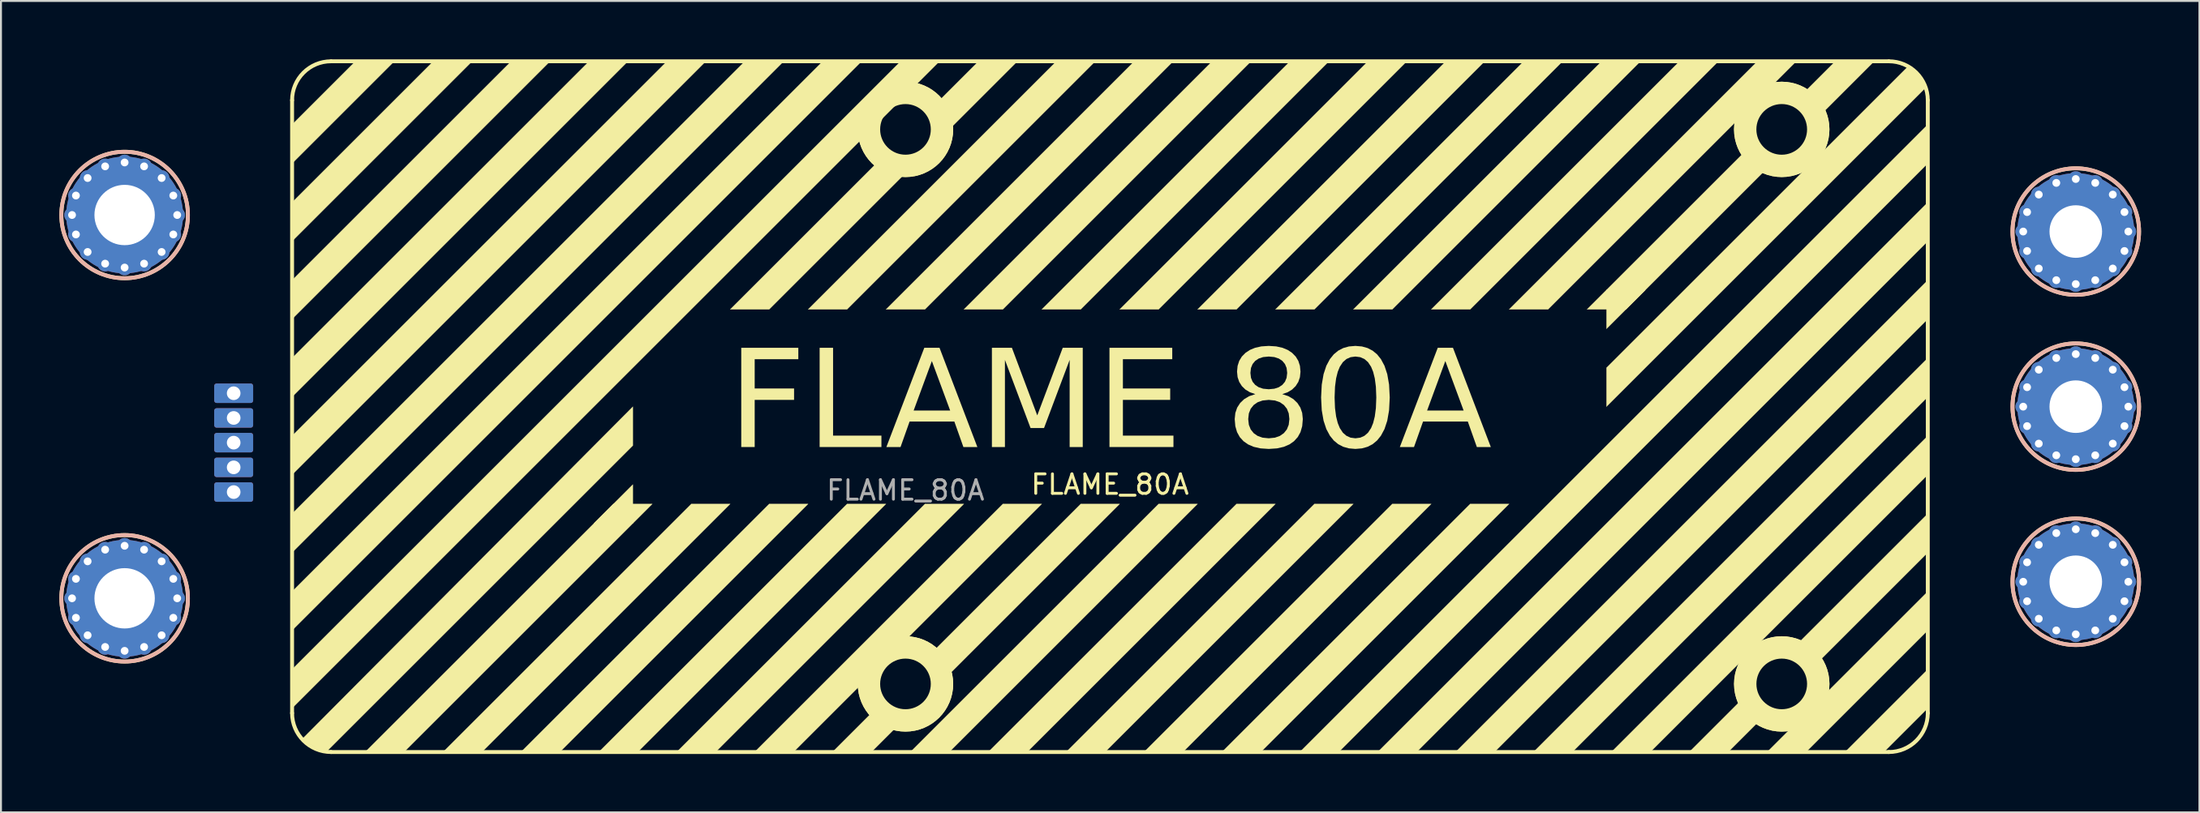
<source format=kicad_pcb>
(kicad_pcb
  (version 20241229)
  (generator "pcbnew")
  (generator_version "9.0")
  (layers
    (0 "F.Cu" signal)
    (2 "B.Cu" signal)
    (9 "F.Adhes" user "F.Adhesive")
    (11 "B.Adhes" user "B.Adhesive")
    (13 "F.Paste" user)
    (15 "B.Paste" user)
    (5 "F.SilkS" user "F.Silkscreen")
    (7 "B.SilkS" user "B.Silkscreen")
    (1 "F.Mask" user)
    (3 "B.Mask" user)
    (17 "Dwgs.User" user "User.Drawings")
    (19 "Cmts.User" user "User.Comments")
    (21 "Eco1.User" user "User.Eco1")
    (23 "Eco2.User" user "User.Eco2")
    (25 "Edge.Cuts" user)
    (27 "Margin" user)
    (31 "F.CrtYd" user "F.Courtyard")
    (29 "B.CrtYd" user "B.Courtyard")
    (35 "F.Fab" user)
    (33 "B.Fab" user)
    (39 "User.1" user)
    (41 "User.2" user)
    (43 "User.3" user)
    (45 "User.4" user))
  (footprint "FLAME_80A"
    (layer "F.Cu")
    (at 43.45 17.85)
    (property "Reference" "FLAME_80A" (at 10.5 4 0) (unlocked yes) (layer "F.SilkS") (effects (font (size 1 1) (thickness 0.15))))
    (fp_line (start -31.5 15.75) (end -31.5 -15.75) (stroke (width 0.2) (type default)) (layer "F.SilkS"))
    (fp_line (start -29.5 -17.75) (end 50.5 -17.75) (stroke (width 0.2) (type default)) (layer "F.SilkS"))
    (fp_line (start 50.5 17.75) (end -29.5 17.75) (stroke (width 0.2) (type default)) (layer "F.SilkS"))
    (fp_line (start 52.5 -15.75) (end 52.5 15.75) (stroke (width 0.2) (type default)) (layer "F.SilkS"))
    (fp_arc (start -31.5 -15.75) (mid -30.914214 -17.164214) (end -29.5 -17.75) (stroke (width 0.2) (type default)) (layer "F.SilkS"))
    (fp_arc (start -29.5 17.75) (mid -30.914212 17.164212) (end -31.5 15.75) (stroke (width 0.2) (type default)) (layer "F.SilkS"))
    (fp_arc (start 50.5 -17.75) (mid 51.914215 -17.164214) (end 52.5 -15.75) (stroke (width 0.2) (type default)) (layer "F.SilkS"))
    (fp_arc (start 52.5 15.75) (mid 51.914213 17.164213) (end 50.5 17.75) (stroke (width 0.2) (type default)) (layer "F.SilkS"))
    (fp_circle (center -40.1 -9.85) (end -36.85 -9.85) (stroke (width 0.2) (type default)) (fill no) (layer "F.SilkS"))
    (fp_circle (center -40.1 9.85) (end -36.85 9.85) (stroke (width 0.2) (type default)) (fill no) (layer "F.SilkS"))
    (fp_circle (center 0 -14.25) (end 1.8 -14.2) (stroke (width 1) (type default)) (fill no) (layer "F.SilkS"))
    (fp_circle (center 0 -14.25) (end 2.2 -14.25) (stroke (width 0.5) (type default)) (fill no) (layer "F.SilkS"))
    (fp_circle (center 0 -14.25) (end 2.2 -14.25) (stroke (width 0.5) (type default)) (fill no) (layer "F.SilkS"))
    (fp_circle (center 0 14.25) (end 1.8 14.3) (stroke (width 1) (type default)) (fill no) (layer "F.SilkS"))
    (fp_circle (center 0 14.25) (end 2.2 14.25) (stroke (width 0.5) (type default)) (fill no) (layer "F.SilkS"))
    (fp_circle (center 0 14.25) (end 2.2 14.25) (stroke (width 0.5) (type default)) (fill no) (layer "F.SilkS"))
    (fp_circle (center 44.999 -14.25) (end 46.8 -14.2) (stroke (width 1) (type default)) (fill no) (layer "F.SilkS"))
    (fp_circle (center 44.999 -14.25) (end 47.199 -14.25) (stroke (width 0.5) (type default)) (fill no) (layer "F.SilkS"))
    (fp_circle (center 44.999 -14.25) (end 47.199 -14.25) (stroke (width 0.5) (type default)) (fill no) (layer "F.SilkS"))
    (fp_circle (center 45 14.25) (end 46.8 14.3) (stroke (width 1) (type default)) (fill no) (layer "F.SilkS"))
    (fp_circle (center 45 14.25) (end 47.2 14.25) (stroke (width 0.5) (type default)) (fill no) (layer "F.SilkS"))
    (fp_circle (center 45 14.25) (end 47.2 14.25) (stroke (width 0.5) (type default)) (fill no) (layer "F.SilkS"))
    (fp_circle (center 60.1 -9) (end 63.35 -9) (stroke (width 0.2) (type default)) (fill no) (layer "F.SilkS"))
    (fp_circle (center 60.1 0) (end 63.35 0) (stroke (width 0.2) (type default)) (fill no) (layer "F.SilkS"))
    (fp_circle (center 60.1 9) (end 63.35 9) (stroke (width 0.2) (type default)) (fill no) (layer "F.SilkS"))
    (fp_poly (pts (xy -31.5 -14.5) (xy -28.3 -17.7) (xy -26.3 -17.7) (xy -31.5 -12.5)) (stroke (width 0.01) (type solid)) (fill yes) (layer "F.SilkS"))
    (fp_poly (pts (xy -31.5 -10.5) (xy -24.3 -17.7) (xy -22.3 -17.7) (xy -31.5 -8.5)) (stroke (width 0.01) (type solid)) (fill yes) (layer "F.SilkS"))
    (fp_poly (pts (xy -31.5 -6.5) (xy -20.3 -17.7) (xy -18.3 -17.7) (xy -31.5 -4.5)) (stroke (width 0.01) (type solid)) (fill yes) (layer "F.SilkS"))
    (fp_poly (pts (xy -31.5 -2.5) (xy -16.3 -17.7) (xy -14.3 -17.7) (xy -31.5 -0.5)) (stroke (width 0.01) (type solid)) (fill yes) (layer "F.SilkS"))
    (fp_poly (pts (xy -31.5 1.5) (xy -12.3 -17.7) (xy -10.3 -17.7) (xy -31.5 3.5)) (stroke (width 0.01) (type solid)) (fill yes) (layer "F.SilkS"))
    (fp_poly (pts (xy -31.5 5.5) (xy -8.3 -17.7) (xy -6.3 -17.7) (xy -31.5 7.5)) (stroke (width 0.01) (type solid)) (fill yes) (layer "F.SilkS"))
    (fp_poly (pts (xy -31.5 9.5) (xy -4.3 -17.7) (xy -2.3 -17.7) (xy -31.5 11.5)) (stroke (width 0.01) (type solid)) (fill yes) (layer "F.SilkS"))
    (fp_poly (pts (xy -31.5 13.5) (xy -0.3 -17.7) (xy 1.7 -17.7) (xy -31.5 15.5)) (stroke (width 0.01) (type solid)) (fill yes) (layer "F.SilkS"))
    (fp_poly (pts (xy -31 17.1) (xy -14 0) (xy -14 2) (xy -29.8 17.8)) (stroke (width 0.01) (type solid)) (fill yes) (layer "F.SilkS"))
    (fp_poly (pts (xy -27.7 17.7) (xy -14 4) (xy -14 6) (xy -25.7 17.7)) (stroke (width 0.01) (type solid)) (fill yes) (layer "F.SilkS"))
    (fp_poly (pts (xy -23.7 17.7) (xy -11 5) (xy -9 5) (xy -21.7 17.7)) (stroke (width 0.01) (type solid)) (fill yes) (layer "F.SilkS"))
    (fp_poly (pts (xy -19.7 17.7) (xy -7 5) (xy -5 5) (xy -17.7 17.7)) (stroke (width 0.01) (type solid)) (fill yes) (layer "F.SilkS"))
    (fp_poly (pts (xy -16 6) (xy -15 5) (xy -13 5) (xy -14 6)) (stroke (width 0.01) (type solid)) (fill yes) (layer "F.SilkS"))
    (fp_poly (pts (xy -15.7 17.7) (xy -3 5) (xy -1 5) (xy -13.7 17.7)) (stroke (width 0.01) (type solid)) (fill yes) (layer "F.SilkS"))
    (fp_poly (pts (xy -11.7 17.7) (xy 1 5) (xy 3 5) (xy -9.7 17.7)) (stroke (width 0.01) (type solid)) (fill yes) (layer "F.SilkS"))
    (fp_poly (pts (xy -9 -5) (xy -1.3 -12.7) (xy -0.1 -11.9) (xy -7 -5)) (stroke (width 0.01) (type solid)) (fill yes) (layer "F.SilkS"))
    (fp_poly (pts (xy -7.7 17.7) (xy 5 5) (xy 7 5) (xy -5.7 17.7)) (stroke (width 0.01) (type solid)) (fill yes) (layer "F.SilkS"))
    (fp_poly (pts (xy -5 -5) (xy 7.7 -17.7) (xy 9.7 -17.7) (xy -3 -5)) (stroke (width 0.01) (type solid)) (fill yes) (layer "F.SilkS"))
    (fp_poly (pts (xy -3.7 17.7) (xy -1.2 15.2) (xy -0.1 16.1) (xy -1.7 17.7)) (stroke (width 0.01) (type solid)) (fill yes) (layer "F.SilkS"))
    (fp_poly (pts (xy -1 -5) (xy 11.7 -17.7) (xy 13.7 -17.7) (xy 1 -5)) (stroke (width 0.01) (type solid)) (fill yes) (layer "F.SilkS"))
    (fp_poly (pts (xy 0.3 17.7) (xy 13 5) (xy 15 5) (xy 2.3 17.7)) (stroke (width 0.01) (type solid)) (fill yes) (layer "F.SilkS"))
    (fp_poly (pts (xy 1.2 12.8) (xy 9 5) (xy 11 5) (xy 2.2 13.8)) (stroke (width 0.01) (type solid)) (fill yes) (layer "F.SilkS"))
    (fp_poly (pts (xy 3 -5) (xy 15.7 -17.7) (xy 17.7 -17.7) (xy 5 -5)) (stroke (width 0.01) (type solid)) (fill yes) (layer "F.SilkS"))
    (fp_poly (pts (xy 4.3 17.7) (xy 17 5) (xy 19 5) (xy 6.3 17.7)) (stroke (width 0.01) (type solid)) (fill yes) (layer "F.SilkS"))
    (fp_poly (pts (xy 5.7 -17.7) (xy 2 -14) (xy 1.1 -15.1) (xy 3.7 -17.7)) (stroke (width 0.01) (type solid)) (fill yes) (layer "F.SilkS"))
    (fp_poly (pts (xy 7 -5) (xy 19.7 -17.7) (xy 21.7 -17.7) (xy 9 -5)) (stroke (width 0.01) (type solid)) (fill yes) (layer "F.SilkS"))
    (fp_poly (pts (xy 8.3 17.7) (xy 21 5) (xy 23 5) (xy 10.3 17.7)) (stroke (width 0.01) (type solid)) (fill yes) (layer "F.SilkS"))
    (fp_poly (pts (xy 11 -5) (xy 23.7 -17.7) (xy 25.7 -17.7) (xy 13 -5)) (stroke (width 0.01) (type solid)) (fill yes) (layer "F.SilkS"))
    (fp_poly (pts (xy 12.3 17.7) (xy 25 5) (xy 27 5) (xy 14.3 17.7)) (stroke (width 0.01) (type solid)) (fill yes) (layer "F.SilkS"))
    (fp_poly (pts (xy 15 -5) (xy 27.7 -17.7) (xy 29.7 -17.7) (xy 17 -5)) (stroke (width 0.01) (type solid)) (fill yes) (layer "F.SilkS"))
    (fp_poly (pts (xy 16.3 17.7) (xy 29 5) (xy 31 5) (xy 18.3 17.7)) (stroke (width 0.01) (type solid)) (fill yes) (layer "F.SilkS"))
    (fp_poly (pts (xy 19 -5) (xy 31.7 -17.7) (xy 33.7 -17.7) (xy 21 -5)) (stroke (width 0.01) (type solid)) (fill yes) (layer "F.SilkS"))
    (fp_poly (pts (xy 20.3 17.7) (xy 52.5 -14.5) (xy 52.5 -12.5) (xy 22.3 17.7)) (stroke (width 0.01) (type solid)) (fill yes) (layer "F.SilkS"))
    (fp_poly (pts (xy 23 -5) (xy 35.7 -17.7) (xy 37.7 -17.7) (xy 25 -5)) (stroke (width 0.01) (type solid)) (fill yes) (layer "F.SilkS"))
    (fp_poly (pts (xy 24.3 17.7) (xy 52.5 -10.5) (xy 52.5 -8.5) (xy 26.3 17.7)) (stroke (width 0.01) (type solid)) (fill yes) (layer "F.SilkS"))
    (fp_poly (pts (xy 27 -5) (xy 39.7 -17.7) (xy 41.7 -17.7) (xy 29 -5)) (stroke (width 0.01) (type solid)) (fill yes) (layer "F.SilkS"))
    (fp_poly (pts (xy 28.3 17.7) (xy 52.5 -6.5) (xy 52.5 -4.5) (xy 30.3 17.7)) (stroke (width 0.01) (type solid)) (fill yes) (layer "F.SilkS"))
    (fp_poly (pts (xy 31 -5) (xy 43.7 -17.7) (xy 45.7 -17.7) (xy 33 -5)) (stroke (width 0.01) (type solid)) (fill yes) (layer "F.SilkS"))
    (fp_poly (pts (xy 32.3 17.7) (xy 52.5 -2.5) (xy 52.5 -0.5) (xy 34.3 17.7)) (stroke (width 0.01) (type solid)) (fill yes) (layer "F.SilkS"))
    (fp_poly (pts (xy 36 -6) (xy 43.3 -13.3) (xy 44.3 -12.3) (xy 36 -4)) (stroke (width 0.01) (type solid)) (fill yes) (layer "F.SilkS"))
    (fp_poly (pts (xy 36 -2) (xy 51.55 -17.55) (xy 52.45 -16.45) (xy 36 0)) (stroke (width 0.01) (type solid)) (fill yes) (layer "F.SilkS"))
    (fp_poly (pts (xy 36.3 17.7) (xy 52.5 1.5) (xy 52.5 3.5) (xy 38.3 17.7)) (stroke (width 0.01) (type solid)) (fill yes) (layer "F.SilkS"))
    (fp_poly (pts (xy 38 -6) (xy 37 -5) (xy 35 -5) (xy 36 -6)) (stroke (width 0.01) (type solid)) (fill yes) (layer "F.SilkS"))
    (fp_poly (pts (xy 40.3 17.7) (xy 43.3 14.7) (xy 44.3 15.7) (xy 42.3 17.7)) (stroke (width 0.01) (type solid)) (fill yes) (layer "F.SilkS"))
    (fp_poly (pts (xy 44.2 17.8) (xy 52.5 9.5) (xy 52.5 11.5) (xy 46.2 17.8)) (stroke (width 0.01) (type solid)) (fill yes) (layer "F.SilkS"))
    (fp_poly (pts (xy 45.5 12.5) (xy 52.5 5.5) (xy 52.5 7.5) (xy 46.5 13.5)) (stroke (width 0.01) (type solid)) (fill yes) (layer "F.SilkS"))
    (fp_poly (pts (xy 48.3 17.7) (xy 52.5 13.5) (xy 52.5 15.5) (xy 50.3 17.7)) (stroke (width 0.01) (type solid)) (fill yes) (layer "F.SilkS"))
    (fp_poly (pts (xy 49.7 -17.7) (xy 46.7 -14.7) (xy 45.7 -15.7) (xy 47.7 -17.7)) (stroke (width 0.01) (type solid)) (fill yes) (layer "F.SilkS"))
    (fp_circle (center -40.1 -9.85) (end -43.35 -9.85) (stroke (width 0.2) (type default)) (fill no) (layer "B.SilkS"))
    (fp_circle (center -40.1 9.85) (end -43.35 9.85) (stroke (width 0.2) (type default)) (fill no) (layer "B.SilkS"))
    (fp_circle (center 60.1 -9) (end 56.85 -9) (stroke (width 0.2) (type default)) (fill no) (layer "B.SilkS"))
    (fp_circle (center 60.1 0) (end 56.85 0) (stroke (width 0.2) (type default)) (fill no) (layer "B.SilkS"))
    (fp_circle (center 60.1 9) (end 56.85 9) (stroke (width 0.2) (type default)) (fill no) (layer "B.SilkS"))
    (fp_line (start -31.5 -15.75) (end -31.5 -10.75) (stroke (width 0.1) (type default)) (layer "User.1"))
    (fp_line (start -31.5 -15.75) (end -31.5 -10.75) (stroke (width 0.1) (type default)) (layer "User.1"))
    (fp_line (start -31.5 -15.75) (end -31.5 15.75) (stroke (width 0.1) (type default)) (layer "User.1"))
    (fp_line (start -31.5 -15.75) (end -31.5 15.75) (stroke (width 0.1) (type default)) (layer "User.1"))
    (fp_line (start -31.5 -10.75) (end -31.5 10.75) (stroke (width 0.1) (type default)) (layer "User.1"))
    (fp_line (start -31.5 -10.75) (end -31.5 10.75) (stroke (width 0.1) (type default)) (layer "User.1"))
    (fp_line (start -31.5 10.75) (end -31.5 15.75) (stroke (width 0.1) (type default)) (layer "User.1"))
    (fp_line (start -31.5 10.75) (end -31.5 15.75) (stroke (width 0.1) (type default)) (layer "User.1"))
    (fp_line (start -31.5 15.75) (end -31.5 15.75) (stroke (width 0.1) (type default)) (layer "User.1"))
    (fp_line (start -31.3 -15.75) (end -31.3 -11.622) (stroke (width 0.1) (type default)) (layer "User.1"))
    (fp_line (start -31.3 -15.75) (end -31.3 -11.622) (stroke (width 0.1) (type default)) (layer "User.1"))
    (fp_line (start -31.3 -15.75) (end -31.3 15.75) (stroke (width 0.1) (type default)) (layer "User.1"))
    (fp_line (start -31.3 -15.75) (end -31.3 15.75) (stroke (width 0.1) (type default)) (layer "User.1"))
    (fp_line (start -31.3 -10.75) (end -31.3 10.75) (stroke (width 0.1) (type default)) (layer "User.1"))
    (fp_line (start -31.3 -10.75) (end -31.3 10.75) (stroke (width 0.1) (type default)) (layer "User.1"))
    (fp_line (start -31.3 11.622) (end -31.3 15.75) (stroke (width 0.1) (type default)) (layer "User.1"))
    (fp_line (start -31.3 11.622) (end -31.3 15.75) (stroke (width 0.1) (type default)) (layer "User.1"))
    (fp_line (start -31.3 10.75) (end -31.3 10.75) (stroke (width 0.1) (type default)) (layer "User.1"))
    (fp_line (start -31.3 15.75) (end -31.3 15.75) (stroke (width 0.1) (type default)) (layer "User.1"))
    (fp_line (start -31.3 15.75) (end -31.3 15.75) (stroke (width 0.1) (type default)) (layer "User.1"))
    (fp_line (start -31.3 15.75) (end -31.3 15.75) (stroke (width 0.1) (type default)) (layer "User.1"))
    (fp_line (start -29.5 17.55) (end -25.372 17.55) (stroke (width 0.1) (type default)) (layer "User.1"))
    (fp_line (start -29.5 17.55) (end -25.372 17.55) (stroke (width 0.1) (type default)) (layer "User.1"))
    (fp_line (start -29.5 17.55) (end 50.5 17.55) (stroke (width 0.1) (type default)) (layer "User.1"))
    (fp_line (start -29.5 17.55) (end 50.5 17.55) (stroke (width 0.1) (type default)) (layer "User.1"))
    (fp_line (start -29.5 17.75) (end -24.5 17.75) (stroke (width 0.1) (type default)) (layer "User.1"))
    (fp_line (start -29.5 17.75) (end -24.5 17.75) (stroke (width 0.1) (type default)) (layer "User.1"))
    (fp_line (start -29.5 17.75) (end 50.5 17.75) (stroke (width 0.1) (type default)) (layer "User.1"))
    (fp_line (start -29.5 17.75) (end 50.5 17.75) (stroke (width 0.1) (type default)) (layer "User.1"))
    (fp_line (start -25.372 -17.55) (end -29.5 -17.55) (stroke (width 0.1) (type default)) (layer "User.1"))
    (fp_line (start -25.372 -17.55) (end -29.5 -17.55) (stroke (width 0.1) (type default)) (layer "User.1"))
    (fp_line (start -24.5 -17.75) (end -29.5 -17.75) (stroke (width 0.1) (type default)) (layer "User.1"))
    (fp_line (start -24.5 -17.75) (end -29.5 -17.75) (stroke (width 0.1) (type default)) (layer "User.1"))
    (fp_line (start -24.5 17.75) (end 45.5 17.75) (stroke (width 0.1) (type default)) (layer "User.1"))
    (fp_line (start -24.5 17.55) (end 45.5 17.55) (stroke (width 0.1) (type default)) (layer "User.1"))
    (fp_line (start -24.5 17.55) (end 45.5 17.55) (stroke (width 0.1) (type default)) (layer "User.1"))
    (fp_line (start -24.5 17.75) (end 45.5 17.75) (stroke (width 0.1) (type default)) (layer "User.1"))
    (fp_line (start 45.5 -17.75) (end -24.5 -17.75) (stroke (width 0.1) (type default)) (layer "User.1"))
    (fp_line (start 45.5 -17.75) (end 50.5 -17.75) (stroke (width 0.1) (type default)) (layer "User.1"))
    (fp_line (start 45.5 -17.75) (end 50.5 -17.75) (stroke (width 0.1) (type default)) (layer "User.1"))
    (fp_line (start 45.5 -17.55) (end -24.5 -17.55) (stroke (width 0.1) (type default)) (layer "User.1"))
    (fp_line (start 45.5 -17.55) (end -24.5 -17.55) (stroke (width 0.1) (type default)) (layer "User.1"))
    (fp_line (start 45.5 -17.75) (end -24.5 -17.75) (stroke (width 0.1) (type default)) (layer "User.1"))
    (fp_line (start 46.372 -17.55) (end 50.5 -17.55) (stroke (width 0.1) (type default)) (layer "User.1"))
    (fp_line (start 46.372 -17.55) (end 50.5 -17.55) (stroke (width 0.1) (type default)) (layer "User.1"))
    (fp_line (start 50.5 -17.75) (end -29.5 -17.75) (stroke (width 0.1) (type default)) (layer "User.1"))
    (fp_line (start 50.5 -17.55) (end -29.5 -17.55) (stroke (width 0.1) (type default)) (layer "User.1"))
    (fp_line (start 50.5 17.75) (end 45.5 17.75) (stroke (width 0.1) (type default)) (layer "User.1"))
    (fp_line (start 50.5 -17.75) (end -29.5 -17.75) (stroke (width 0.1) (type default)) (layer "User.1"))
    (fp_line (start 50.5 -17.55) (end -29.5 -17.55) (stroke (width 0.1) (type default)) (layer "User.1"))
    (fp_line (start 50.5 17.55) (end 46.372 17.55) (stroke (width 0.1) (type default)) (layer "User.1"))
    (fp_line (start 50.5 17.55) (end 46.372 17.55) (stroke (width 0.1) (type default)) (layer "User.1"))
    (fp_line (start 50.5 17.75) (end 45.5 17.75) (stroke (width 0.1) (type default)) (layer "User.1"))
    (fp_line (start 52.3 -15.75) (end 52.3 -11.622) (stroke (width 0.1) (type default)) (layer "User.1"))
    (fp_line (start 52.3 -15.75) (end 52.3 -11.622) (stroke (width 0.1) (type default)) (layer "User.1"))
    (fp_line (start 52.3 10.75) (end 52.3 -10.75) (stroke (width 0.1) (type default)) (layer "User.1"))
    (fp_line (start 52.3 10.75) (end 52.3 -10.75) (stroke (width 0.1) (type default)) (layer "User.1"))
    (fp_line (start 52.3 11.622) (end 52.3 15.75) (stroke (width 0.1) (type default)) (layer "User.1"))
    (fp_line (start 52.3 11.622) (end 52.3 15.75) (stroke (width 0.1) (type default)) (layer "User.1"))
    (fp_line (start 52.3 15.75) (end 52.3 -15.75) (stroke (width 0.1) (type default)) (layer "User.1"))
    (fp_line (start 52.3 15.75) (end 52.3 -15.75) (stroke (width 0.1) (type default)) (layer "User.1"))
    (fp_line (start 52.3 -10.75) (end 52.3 -10.75) (stroke (width 0.1) (type default)) (layer "User.1"))
    (fp_line (start 52.5 -15.75) (end 52.5 -10.75) (stroke (width 0.1) (type default)) (layer "User.1"))
    (fp_line (start 52.5 -15.75) (end 52.5 -10.75) (stroke (width 0.1) (type default)) (layer "User.1"))
    (fp_line (start 52.5 10.75) (end 52.5 -10.75) (stroke (width 0.1) (type default)) (layer "User.1"))
    (fp_line (start 52.5 10.75) (end 52.5 -10.75) (stroke (width 0.1) (type default)) (layer "User.1"))
    (fp_line (start 52.5 10.75) (end 52.5 15.75) (stroke (width 0.1) (type default)) (layer "User.1"))
    (fp_line (start 52.5 10.75) (end 52.5 15.75) (stroke (width 0.1) (type default)) (layer "User.1"))
    (fp_line (start 52.5 15.75) (end 52.5 -15.75) (stroke (width 0.1) (type default)) (layer "User.1"))
    (fp_line (start 52.5 15.75) (end 52.5 -15.75) (stroke (width 0.1) (type default)) (layer "User.1"))
    (fp_arc (start -34.638835 -0.055) (mid -34.500001 -1.34) (end -34.361166 -0.055) (stroke (width 0.1) (type default)) (layer "User.1"))
    (fp_arc (start -34.638835 -0.055) (mid -34.500001 -1.34) (end -34.361166 -0.055) (stroke (width 0.1) (type default)) (layer "User.1"))
    (fp_arc (start -34.638835 -0.055) (mid -34.500001 -1.34) (end -34.361166 -0.055) (stroke (width 0.1) (type default)) (layer "User.1"))
    (fp_arc (start -34.638835 -0.055) (mid -34.500001 -1.34) (end -34.361166 -0.055) (stroke (width 0.1) (type default)) (layer "User.1"))
    (fp_arc (start -34.638835 1.215) (mid -35.149999 0.58) (end -34.638835 -0.055) (stroke (width 0.1) (type default)) (layer "User.1"))
    (fp_arc (start -34.638835 1.215) (mid -35.149999 0.58) (end -34.638835 -0.055) (stroke (width 0.1) (type default)) (layer "User.1"))
    (fp_arc (start -34.638835 1.215) (mid -35.149999 0.58) (end -34.638835 -0.055) (stroke (width 0.1) (type default)) (layer "User.1"))
    (fp_arc (start -34.638835 1.215) (mid -35.149999 0.58) (end -34.638835 -0.055) (stroke (width 0.1) (type default)) (layer "User.1"))
    (fp_arc (start -34.638835 2.485) (mid -35.149999 1.85) (end -34.638835 1.215) (stroke (width 0.1) (type default)) (layer "User.1"))
    (fp_arc (start -34.638835 2.485) (mid -35.149999 1.85) (end -34.638835 1.215) (stroke (width 0.1) (type default)) (layer "User.1"))
    (fp_arc (start -34.638835 2.485) (mid -35.149999 1.85) (end -34.638835 1.215) (stroke (width 0.1) (type default)) (layer "User.1"))
    (fp_arc (start -34.638835 2.485) (mid -35.149999 1.85) (end -34.638835 1.215) (stroke (width 0.1) (type default)) (layer "User.1"))
    (fp_arc (start -34.638835 3.755) (mid -35.149999 3.12) (end -34.638835 2.485) (stroke (width 0.1) (type default)) (layer "User.1"))
    (fp_arc (start -34.638835 3.755) (mid -35.149999 3.12) (end -34.638835 2.485) (stroke (width 0.1) (type default)) (layer "User.1"))
    (fp_arc (start -34.638835 3.755) (mid -35.149999 3.12) (end -34.638835 2.485) (stroke (width 0.1) (type default)) (layer "User.1"))
    (fp_arc (start -34.638835 3.755) (mid -35.149999 3.12) (end -34.638835 2.485) (stroke (width 0.1) (type default)) (layer "User.1"))
    (fp_arc (start -34.361166 -0.055) (mid -33.849999 0.58) (end -34.361166 1.215) (stroke (width 0.1) (type default)) (layer "User.1"))
    (fp_arc (start -34.361166 -0.055) (mid -33.849999 0.58) (end -34.361166 1.215) (stroke (width 0.1) (type default)) (layer "User.1"))
    (fp_arc (start -34.361166 -0.055) (mid -33.849999 0.58) (end -34.361166 1.215) (stroke (width 0.1) (type default)) (layer "User.1"))
    (fp_arc (start -34.361166 -0.055) (mid -33.849999 0.58) (end -34.361166 1.215) (stroke (width 0.1) (type default)) (layer "User.1"))
    (fp_arc (start -34.361166 1.215) (mid -33.849999 1.85) (end -34.361166 2.485) (stroke (width 0.1) (type default)) (layer "User.1"))
    (fp_arc (start -34.361166 1.215) (mid -33.849999 1.85) (end -34.361166 2.485) (stroke (width 0.1) (type default)) (layer "User.1"))
    (fp_arc (start -34.361166 1.215) (mid -33.849999 1.85) (end -34.361166 2.485) (stroke (width 0.1) (type default)) (layer "User.1"))
    (fp_arc (start -34.361166 1.215) (mid -33.849999 1.85) (end -34.361166 2.485) (stroke (width 0.1) (type default)) (layer "User.1"))
    (fp_arc (start -34.361166 2.485) (mid -33.849999 3.12) (end -34.361166 3.755) (stroke (width 0.1) (type default)) (layer "User.1"))
    (fp_arc (start -34.361166 2.485) (mid -33.849999 3.12) (end -34.361166 3.755) (stroke (width 0.1) (type default)) (layer "User.1"))
    (fp_arc (start -34.361166 2.485) (mid -33.849999 3.12) (end -34.361166 3.755) (stroke (width 0.1) (type default)) (layer "User.1"))
    (fp_arc (start -34.361166 2.485) (mid -33.849999 3.12) (end -34.361166 3.755) (stroke (width 0.1) (type default)) (layer "User.1"))
    (fp_arc (start -34.361166 3.755) (mid -34.500001 5.04) (end -34.638835 3.755) (stroke (width 0.1) (type default)) (layer "User.1"))
    (fp_arc (start -34.361166 3.755) (mid -34.500001 5.04) (end -34.638835 3.755) (stroke (width 0.1) (type default)) (layer "User.1"))
    (fp_arc (start -34.361166 3.755) (mid -34.500001 5.04) (end -34.638835 3.755) (stroke (width 0.1) (type default)) (layer "User.1"))
    (fp_arc (start -34.361166 3.755) (mid -34.500001 5.04) (end -34.638835 3.755) (stroke (width 0.1) (type default)) (layer "User.1"))
    (fp_arc (start -31.5 -15.75) (mid -31.5 -15.75) (end -31.5 -15.75) (stroke (width 0.1) (type default)) (layer "User.1"))
    (fp_arc (start -31.5 -15.75) (mid -31.5 -15.75) (end -31.5 -15.75) (stroke (width 0.1) (type default)) (layer "User.1"))
    (fp_arc (start -31.5 -15.75) (mid -31.5 -15.75) (end -31.5 -15.75) (stroke (width 0.1) (type default)) (layer "User.1"))
    (fp_arc (start -31.5 -15.75) (mid -31.5 -15.75) (end -31.5 -15.75) (stroke (width 0.1) (type default)) (layer "User.1"))
    (fp_arc (start -31.5 -15.75) (mid -30.914214 -17.164214) (end -29.5 -17.75) (stroke (width 0.1) (type default)) (layer "User.1"))
    (fp_arc (start -31.5 -15.75) (mid -30.914214 -17.164214) (end -29.5 -17.75) (stroke (width 0.1) (type default)) (layer "User.1"))
    (fp_arc (start -31.5 -15.75) (mid -30.914214 -17.164214) (end -29.5 -17.75) (stroke (width 0.1) (type default)) (layer "User.1"))
    (fp_arc (start -31.5 -10.75) (mid -30.914214 -12.164214) (end -29.5 -12.75) (stroke (width 0.1) (type default)) (layer "User.1"))
    (fp_arc (start -31.5 -10.75) (mid -30.914214 -12.164214) (end -29.5 -12.75) (stroke (width 0.1) (type default)) (layer "User.1"))
    (fp_arc (start -31.5 15.75) (mid -31.5 15.75) (end -31.5 15.75) (stroke (width 0.1) (type default)) (layer "User.1"))
    (fp_arc (start -31.5 15.75) (mid -31.5 15.75) (end -31.5 15.75) (stroke (width 0.1) (type default)) (layer "User.1"))
    (fp_arc (start -31.5 15.75) (mid -31.5 15.75) (end -31.5 15.75) (stroke (width 0.1) (type default)) (layer "User.1"))
    (fp_arc (start -31.5 15.75) (mid -31.5 15.75) (end -31.5 15.75) (stroke (width 0.1) (type default)) (layer "User.1"))
    (fp_arc (start -31.3 -15.75) (mid -30.772792 -17.022793) (end -29.5 -17.55) (stroke (width 0.1) (type default)) (layer "User.1"))
    (fp_arc (start -31.3 -15.75) (mid -30.772792 -17.022793) (end -29.5 -17.55) (stroke (width 0.1) (type default)) (layer "User.1"))
    (fp_arc (start -31.3 -15.75) (mid -30.772792 -17.022794) (end -29.499998 -17.55) (stroke (width 0.1) (type default)) (layer "User.1"))
    (fp_arc (start -31.3 -15.75) (mid -30.772792 -17.022794) (end -29.499998 -17.55) (stroke (width 0.1) (type default)) (layer "User.1"))
    (fp_arc (start -31.3 -11.62178) (mid -30.562177 -12.444634) (end -29.5 -12.75) (stroke (width 0.1) (type default)) (layer "User.1"))
    (fp_arc (start -31.3 -11.621775) (mid -30.562178 -12.44463) (end -29.5 -12.75) (stroke (width 0.1) (type default)) (layer "User.1"))
    (fp_arc (start -31.3 -10.75) (mid -31.3 -10.75) (end -31.3 -10.75) (stroke (width 0.1) (type default)) (layer "User.1"))
    (fp_arc (start -31.3 -10.75) (mid -31.3 -10.75) (end -31.3 -10.75) (stroke (width 0.1) (type default)) (layer "User.1"))
    (fp_arc (start -31.3 -10.75) (mid -30.772792 -12.022793) (end -29.5 -12.55) (stroke (width 0.1) (type default)) (layer "User.1"))
    (fp_arc (start -31.3 -10.75) (mid -30.772792 -12.022793) (end -29.5 -12.55) (stroke (width 0.1) (type default)) (layer "User.1"))
    (fp_arc (start -31.3 10.75) (mid -31.3 10.75) (end -31.3 10.75) (stroke (width 0.1) (type default)) (layer "User.1"))
    (fp_arc (start -31.3 10.75) (mid -31.3 10.75) (end -31.3 10.75) (stroke (width 0.1) (type default)) (layer "User.1"))
    (fp_arc (start -30.45 15.25) (mid -30.45 15.25) (end -30.45 15.25) (stroke (width 0.1) (type default)) (layer "User.1"))
    (fp_arc (start -30.45 15.25) (mid -30.45 15.25) (end -30.45 15.25) (stroke (width 0.1) (type default)) (layer "User.1"))
    (fp_arc (start -29.5 -12.55) (mid -29.5 -12.55) (end -29.5 -12.55) (stroke (width 0.1) (type default)) (layer "User.1"))
    (fp_arc (start -29.5 -12.55) (mid -29.5 -12.55) (end -29.5 -12.55) (stroke (width 0.1) (type default)) (layer "User.1"))
    (fp_arc (start -29.5 12.55) (mid -30.772791 12.022791) (end -31.3 10.75) (stroke (width 0.1) (type default)) (layer "User.1"))
    (fp_arc (start -29.5 12.55) (mid -30.772791 12.022791) (end -31.299998 10.75) (stroke (width 0.1) (type default)) (layer "User.1"))
    (fp_arc (start -29.5 12.55) (mid -29.5 12.55) (end -29.5 12.55) (stroke (width 0.1) (type default)) (layer "User.1"))
    (fp_arc (start -29.5 12.55) (mid -29.5 12.55) (end -29.5 12.55) (stroke (width 0.1) (type default)) (layer "User.1"))
    (fp_arc (start -29.5 12.55) (mid -27.237257 13.487258) (end -26.3 15.75) (stroke (width 0.1) (type default)) (layer "User.1"))
    (fp_arc (start -29.5 12.55) (mid -27.237257 13.487258) (end -26.3 15.75) (stroke (width 0.1) (type default)) (layer "User.1"))
    (fp_arc (start -29.5 12.75) (mid -30.914212 12.164213) (end -31.5 10.75) (stroke (width 0.1) (type default)) (layer "User.1"))
    (fp_arc (start -29.5 12.75) (mid -30.914212 12.164213) (end -31.5 10.75) (stroke (width 0.1) (type default)) (layer "User.1"))
    (fp_arc (start -29.5 12.75) (mid -30.562178 12.444631) (end -31.3 11.621775) (stroke (width 0.1) (type default)) (layer "User.1"))
    (fp_arc (start -29.5 12.75) (mid -30.562176 12.444632) (end -31.3 11.62178) (stroke (width 0.1) (type default)) (layer "User.1"))
    (fp_arc (start -29.5 12.75) (mid -27.378678 13.628679) (end -26.5 15.75) (stroke (width 0.1) (type default)) (layer "User.1"))
    (fp_arc (start -29.5 12.75) (mid -27.378678 13.628679) (end -26.5 15.75) (stroke (width 0.1) (type default)) (layer "User.1"))
    (fp_arc (start -29.5 12.75) (mid -27.378678 13.628679) (end -26.5 15.75) (stroke (width 0.1) (type default)) (layer "User.1"))
    (fp_arc (start -29.5 12.75) (mid -27.378678 13.628679) (end -26.5 15.75) (stroke (width 0.1) (type default)) (layer "User.1"))
    (fp_arc (start -29.5 17.55) (mid -30.772791 17.022791) (end -31.3 15.75) (stroke (width 0.1) (type default)) (layer "User.1"))
    (fp_arc (start -29.5 17.55) (mid -30.772791 17.022791) (end -31.299998 15.75) (stroke (width 0.1) (type default)) (layer "User.1"))
    (fp_arc (start -29.5 17.75) (mid -30.914212 17.164213) (end -31.5 15.75) (stroke (width 0.1) (type default)) (layer "User.1"))
    (fp_arc (start -29.499998 17.55) (mid -30.77279 17.022792) (end -31.299998 15.75) (stroke (width 0.1) (type default)) (layer "User.1"))
    (fp_arc (start -29.499998 17.55) (mid -30.77279 17.022792) (end -31.299998 15.75) (stroke (width 0.1) (type default)) (layer "User.1"))
    (fp_arc (start -29.499998 17.75) (mid -30.914212 17.164214) (end -31.5 15.75) (stroke (width 0.1) (type default)) (layer "User.1"))
    (fp_arc (start -29.499998 17.75) (mid -30.914212 17.164214) (end -31.499998 15.75) (stroke (width 0.1) (type default)) (layer "User.1"))
    (fp_arc (start -26.5 -15.75) (mid -27.37868 -13.62868) (end -29.5 -12.75) (stroke (width 0.1) (type default)) (layer "User.1"))
    (fp_arc (start -26.5 -15.75) (mid -27.37868 -13.62868) (end -29.5 -12.75) (stroke (width 0.1) (type default)) (layer "User.1"))
    (fp_arc (start -26.5 -15.75) (mid -27.37868 -13.62868) (end -29.5 -12.75) (stroke (width 0.1) (type default)) (layer "User.1"))
    (fp_arc (start -26.5 -15.75) (mid -27.37868 -13.62868) (end -29.5 -12.75) (stroke (width 0.1) (type default)) (layer "User.1"))
    (fp_arc (start -26.5 -15.75) (mid -26.194633 -16.812177) (end -25.37178 -17.55) (stroke (width 0.1) (type default)) (layer "User.1"))
    (fp_arc (start -26.5 -15.75) (mid -26.194633 -16.812177) (end -25.37178 -17.55) (stroke (width 0.1) (type default)) (layer "User.1"))
    (fp_arc (start -26.5 -15.75) (mid -25.914214 -17.164214) (end -24.5 -17.75) (stroke (width 0.1) (type default)) (layer "User.1"))
    (fp_arc (start -26.5 -15.75) (mid -25.914213 -17.164215) (end -24.499998 -17.75) (stroke (width 0.1) (type default)) (layer "User.1"))
    (fp_arc (start -26.3 -15.75) (mid -27.237258 -13.487259) (end -29.5 -12.55) (stroke (width 0.1) (type default)) (layer "User.1"))
    (fp_arc (start -26.3 -15.75) (mid -27.237258 -13.487259) (end -29.5 -12.55) (stroke (width 0.1) (type default)) (layer "User.1"))
    (fp_arc (start -26.3 -15.75) (mid -26.3 -15.75) (end -26.3 -15.75) (stroke (width 0.1) (type default)) (layer "User.1"))
    (fp_arc (start -26.3 -15.75) (mid -26.3 -15.75) (end -26.3 -15.75) (stroke (width 0.1) (type default)) (layer "User.1"))
    (fp_arc (start -26.3 -15.75) (mid -25.772792 -17.022793) (end -24.5 -17.55) (stroke (width 0.1) (type default)) (layer "User.1"))
    (fp_arc (start -26.3 -15.75) (mid -25.772792 -17.022794) (end -24.499998 -17.55) (stroke (width 0.1) (type default)) (layer "User.1"))
    (fp_arc (start -26.3 15.75) (mid -26.3 15.75) (end -26.3 15.75) (stroke (width 0.1) (type default)) (layer "User.1"))
    (fp_arc (start -26.3 15.75) (mid -26.3 15.75) (end -26.3 15.75) (stroke (width 0.1) (type default)) (layer "User.1"))
    (fp_arc (start -25.37178 17.55) (mid -26.194632 16.812177) (end -26.5 15.75) (stroke (width 0.1) (type default)) (layer "User.1"))
    (fp_arc (start -25.37178 17.55) (mid -26.194632 16.812177) (end -26.5 15.75) (stroke (width 0.1) (type default)) (layer "User.1"))
    (fp_arc (start -24.5 -17.55) (mid -24.5 -17.55) (end -24.5 -17.55) (stroke (width 0.1) (type default)) (layer "User.1"))
    (fp_arc (start -24.5 -17.55) (mid -24.5 -17.55) (end -24.5 -17.55) (stroke (width 0.1) (type default)) (layer "User.1"))
    (fp_arc (start -24.5 17.55) (mid -24.5 17.55) (end -24.5 17.55) (stroke (width 0.1) (type default)) (layer "User.1"))
    (fp_arc (start -24.5 17.55) (mid -24.5 17.55) (end -24.5 17.55) (stroke (width 0.1) (type default)) (layer "User.1"))
    (fp_arc (start -24.5 17.75) (mid -25.914212 17.164213) (end -26.5 15.75) (stroke (width 0.1) (type default)) (layer "User.1"))
    (fp_arc (start -24.499998 17.55) (mid -25.77279 17.022792) (end -26.3 15.75) (stroke (width 0.1) (type default)) (layer "User.1"))
    (fp_arc (start -24.499998 17.55) (mid -25.77279 17.022792) (end -26.3 15.75) (stroke (width 0.1) (type default)) (layer "User.1"))
    (fp_arc (start -24.499998 17.75) (mid -25.914212 17.164214) (end -26.5 15.75) (stroke (width 0.1) (type default)) (layer "User.1"))
    (fp_arc (start 43.8 -14.25) (mid 43.8 -14.25) (end 43.8 -14.25) (stroke (width 0.1) (type default)) (layer "User.1"))
    (fp_arc (start 43.8 -14.25) (mid 43.8 -14.25) (end 43.8 -14.25) (stroke (width 0.1) (type default)) (layer "User.1"))
    (fp_arc (start 43.8 -14.25) (mid 43.8 -14.25) (end 43.8 -14.25) (stroke (width 0.1) (type default)) (layer "User.1"))
    (fp_arc (start 43.8 -14.25) (mid 43.8 -14.25) (end 43.8 -14.25) (stroke (width 0.1) (type default)) (layer "User.1"))
    (fp_arc (start 45.5 -17.75) (mid 46.914215 -17.164214) (end 47.5 -15.75) (stroke (width 0.1) (type default)) (layer "User.1"))
    (fp_arc (start 45.5 -17.55) (mid 46.772793 -17.022793) (end 47.3 -15.75) (stroke (width 0.1) (type default)) (layer "User.1"))
    (fp_arc (start 45.5 -17.55) (mid 46.772793 -17.022793) (end 47.3 -15.75) (stroke (width 0.1) (type default)) (layer "User.1"))
    (fp_arc (start 45.5 17.55) (mid 45.5 17.55) (end 45.5 17.55) (stroke (width 0.1) (type default)) (layer "User.1"))
    (fp_arc (start 45.5 17.55) (mid 45.5 17.55) (end 45.5 17.55) (stroke (width 0.1) (type default)) (layer "User.1"))
    (fp_arc (start 45.500002 -17.75) (mid 46.914216 -17.164214) (end 47.5 -15.75) (stroke (width 0.1) (type default)) (layer "User.1"))
    (fp_arc (start 46.371777 -17.55) (mid 47.194632 -16.812178) (end 47.5 -15.75) (stroke (width 0.1) (type default)) (layer "User.1"))
    (fp_arc (start 46.37178 -17.55) (mid 47.194634 -16.812177) (end 47.5 -15.75) (stroke (width 0.1) (type default)) (layer "User.1"))
    (fp_arc (start 47.3 -15.75) (mid 47.3 -15.75) (end 47.3 -15.75) (stroke (width 0.1) (type default)) (layer "User.1"))
    (fp_arc (start 47.3 -15.75) (mid 47.3 -15.75) (end 47.3 -15.75) (stroke (width 0.1) (type default)) (layer "User.1"))
    (fp_arc (start 47.3 15.75) (mid 46.772792 17.022791) (end 45.5 17.55) (stroke (width 0.1) (type default)) (layer "User.1"))
    (fp_arc (start 47.3 15.75) (mid 46.772793 17.022791) (end 45.500002 17.55) (stroke (width 0.1) (type default)) (layer "User.1"))
    (fp_arc (start 47.3 15.75) (mid 47.3 15.75) (end 47.3 15.75) (stroke (width 0.1) (type default)) (layer "User.1"))
    (fp_arc (start 47.3 15.75) (mid 47.3 15.75) (end 47.3 15.75) (stroke (width 0.1) (type default)) (layer "User.1"))
    (fp_arc (start 47.3 15.75) (mid 48.237258 13.487258) (end 50.5 12.55) (stroke (width 0.1) (type default)) (layer "User.1"))
    (fp_arc (start 47.3 15.75) (mid 48.237258 13.487258) (end 50.5 12.55) (stroke (width 0.1) (type default)) (layer "User.1"))
    (fp_arc (start 47.5 15.75) (mid 46.914213 17.164213) (end 45.5 17.75) (stroke (width 0.1) (type default)) (layer "User.1"))
    (fp_arc (start 47.5 15.75) (mid 46.914214 17.164212) (end 45.500002 17.75) (stroke (width 0.1) (type default)) (layer "User.1"))
    (fp_arc (start 47.5 15.75) (mid 47.194632 16.812178) (end 46.371777 17.55) (stroke (width 0.1) (type default)) (layer "User.1"))
    (fp_arc (start 47.5 15.75) (mid 47.194633 16.812177) (end 46.37178 17.55) (stroke (width 0.1) (type default)) (layer "User.1"))
    (fp_arc (start 47.5 15.75) (mid 48.37868 13.628679) (end 50.5 12.75) (stroke (width 0.1) (type default)) (layer "User.1"))
    (fp_arc (start 47.5 15.75) (mid 48.37868 13.628679) (end 50.5 12.75) (stroke (width 0.1) (type default)) (layer "User.1"))
    (fp_arc (start 47.5 15.75) (mid 48.37868 13.628679) (end 50.5 12.75) (stroke (width 0.1) (type default)) (layer "User.1"))
    (fp_arc (start 47.5 15.75) (mid 48.37868 13.628679) (end 50.5 12.75) (stroke (width 0.1) (type default)) (layer "User.1"))
    (fp_arc (start 50.498802 -12.55) (mid 48.23606 -13.487258) (end 47.298802 -15.75) (stroke (width 0.1) (type default)) (layer "User.1"))
    (fp_arc (start 50.498802 -12.55) (mid 48.23606 -13.487258) (end 47.298802 -15.75) (stroke (width 0.1) (type default)) (layer "User.1"))
    (fp_arc (start 50.5 -17.75) (mid 51.914215 -17.164214) (end 52.500002 -15.75) (stroke (width 0.1) (type default)) (layer "User.1"))
    (fp_arc (start 50.5 -17.55) (mid 51.772793 -17.022793) (end 52.3 -15.75) (stroke (width 0.1) (type default)) (layer "User.1"))
    (fp_arc (start 50.5 -17.55) (mid 51.772793 -17.022793) (end 52.300002 -15.75) (stroke (width 0.1) (type default)) (layer "User.1"))
    (fp_arc (start 50.5 -12.75) (mid 48.378681 -13.62868) (end 47.5 -15.75) (stroke (width 0.1) (type default)) (layer "User.1"))
    (fp_arc (start 50.5 -12.75) (mid 48.378681 -13.62868) (end 47.5 -15.75) (stroke (width 0.1) (type default)) (layer "User.1"))
    (fp_arc (start 50.5 -12.75) (mid 48.378681 -13.62868) (end 47.5 -15.75) (stroke (width 0.1) (type default)) (layer "User.1"))
    (fp_arc (start 50.5 -12.75) (mid 48.378681 -13.62868) (end 47.5 -15.75) (stroke (width 0.1) (type default)) (layer "User.1"))
    (fp_arc (start 50.5 -12.75) (mid 51.562177 -12.444634) (end 52.3 -11.621781) (stroke (width 0.1) (type default)) (layer "User.1"))
    (fp_arc (start 50.5 -12.75) (mid 51.562178 -12.444633) (end 52.3 -11.62178) (stroke (width 0.1) (type default)) (layer "User.1"))
    (fp_arc (start 50.5 -12.75) (mid 51.914215 -12.164214) (end 52.5 -10.75) (stroke (width 0.1) (type default)) (layer "User.1"))
    (fp_arc (start 50.5 -12.75) (mid 51.914215 -12.164214) (end 52.5 -10.75) (stroke (width 0.1) (type default)) (layer "User.1"))
    (fp_arc (start 50.5 -12.55) (mid 50.5 -12.55) (end 50.5 -12.55) (stroke (width 0.1) (type default)) (layer "User.1"))
    (fp_arc (start 50.5 -12.55) (mid 50.5 -12.55) (end 50.5 -12.55) (stroke (width 0.1) (type default)) (layer "User.1"))
    (fp_arc (start 50.5 -12.55) (mid 51.772793 -12.022793) (end 52.3 -10.75) (stroke (width 0.1) (type default)) (layer "User.1"))
    (fp_arc (start 50.5 -12.55) (mid 51.772793 -12.022793) (end 52.300002 -10.75) (stroke (width 0.1) (type default)) (layer "User.1"))
    (fp_arc (start 50.5 12.55) (mid 50.5 12.55) (end 50.5 12.55) (stroke (width 0.1) (type default)) (layer "User.1"))
    (fp_arc (start 50.5 12.55) (mid 50.5 12.55) (end 50.5 12.55) (stroke (width 0.1) (type default)) (layer "User.1"))
    (fp_arc (start 50.500002 -17.75) (mid 51.914216 -17.164214) (end 52.5 -15.75) (stroke (width 0.1) (type default)) (layer "User.1"))
    (fp_arc (start 50.500002 -17.75) (mid 51.914216 -17.164214) (end 52.5 -15.75) (stroke (width 0.1) (type default)) (layer "User.1"))
    (fp_arc (start 50.500002 -17.55) (mid 51.772794 -17.022792) (end 52.3 -15.75) (stroke (width 0.1) (type default)) (layer "User.1"))
    (fp_arc (start 50.500002 -17.55) (mid 51.772794 -17.022792) (end 52.300002 -15.75) (stroke (width 0.1) (type default)) (layer "User.1"))
    (fp_arc (start 52.3 -10.75) (mid 52.3 -10.75) (end 52.3 -10.75) (stroke (width 0.1) (type default)) (layer "User.1"))
    (fp_arc (start 52.3 -10.75) (mid 52.3 -10.75) (end 52.3 -10.75) (stroke (width 0.1) (type default)) (layer "User.1"))
    (fp_arc (start 52.3 10.75) (mid 51.772792 12.022791) (end 50.5 12.55) (stroke (width 0.1) (type default)) (layer "User.1"))
    (fp_arc (start 52.3 10.75) (mid 51.772792 12.022791) (end 50.5 12.55) (stroke (width 0.1) (type default)) (layer "User.1"))
    (fp_arc (start 52.3 10.75) (mid 52.3 10.75) (end 52.3 10.75) (stroke (width 0.1) (type default)) (layer "User.1"))
    (fp_arc (start 52.3 10.75) (mid 52.3 10.75) (end 52.3 10.75) (stroke (width 0.1) (type default)) (layer "User.1"))
    (fp_arc (start 52.3 11.62178) (mid 51.562177 12.444632) (end 50.5 12.75) (stroke (width 0.1) (type default)) (layer "User.1"))
    (fp_arc (start 52.3 11.621781) (mid 51.562177 12.444633) (end 50.5 12.75) (stroke (width 0.1) (type default)) (layer "User.1"))
    (fp_arc (start 52.3 15.75) (mid 51.772793 17.022791) (end 50.500002 17.55) (stroke (width 0.1) (type default)) (layer "User.1"))
    (fp_arc (start 52.3 15.75) (mid 51.772793 17.022791) (end 50.500002 17.55) (stroke (width 0.1) (type default)) (layer "User.1"))
    (fp_arc (start 52.3 15.75) (mid 51.772793 17.022791) (end 50.500002 17.55) (stroke (width 0.1) (type default)) (layer "User.1"))
    (fp_arc (start 52.3 15.75) (mid 51.772793 17.022791) (end 50.500002 17.55) (stroke (width 0.1) (type default)) (layer "User.1"))
    (fp_arc (start 52.5 -11) (mid 52.5 -11) (end 52.5 -11) (stroke (width 0.1) (type default)) (layer "User.1"))
    (fp_arc (start 52.5 -11) (mid 52.5 -11) (end 52.5 -11) (stroke (width 0.1) (type default)) (layer "User.1"))
    (fp_arc (start 52.5 -2) (mid 52.5 -2) (end 52.5 -2) (stroke (width 0.1) (type default)) (layer "User.1"))
    (fp_arc (start 52.5 -2) (mid 52.5 -2) (end 52.5 -2) (stroke (width 0.1) (type default)) (layer "User.1"))
    (fp_arc (start 52.5 7) (mid 52.5 7) (end 52.5 7) (stroke (width 0.1) (type default)) (layer "User.1"))
    (fp_arc (start 52.5 7) (mid 52.5 7) (end 52.5 7) (stroke (width 0.1) (type default)) (layer "User.1"))
    (fp_arc (start 52.5 10.75) (mid 51.914213 12.164213) (end 50.5 12.75) (stroke (width 0.1) (type default)) (layer "User.1"))
    (fp_arc (start 52.5 10.75) (mid 51.914213 12.164213) (end 50.5 12.75) (stroke (width 0.1) (type default)) (layer "User.1"))
    (fp_arc (start 52.5 15.75) (mid 51.914213 17.164213) (end 50.5 17.75) (stroke (width 0.1) (type default)) (layer "User.1"))
    (fp_arc (start 52.5 15.75) (mid 51.914213 17.164213) (end 50.5 17.75) (stroke (width 0.1) (type default)) (layer "User.1"))
    (fp_arc (start 52.5 15.75) (mid 51.914213 17.164213) (end 50.5 17.75) (stroke (width 0.1) (type default)) (layer "User.1"))
    (fp_circle (center -40.1 -9.85) (end -42.3 -9.85) (stroke (width 0.1) (type default)) (fill no) (layer "User.1"))
    (fp_circle (center -40.1 -9.85) (end -42.3 -9.85) (stroke (width 0.1) (type default)) (fill no) (layer "User.1"))
    (fp_circle (center -40.1 -9.85) (end -42.3 -9.85) (stroke (width 0.1) (type default)) (fill no) (layer "User.1"))
    (fp_circle (center -40.1 -9.85) (end -42.3 -9.85) (stroke (width 0.1) (type default)) (fill no) (layer "User.1"))
    (fp_circle (center -40.1 -9.85) (end -41.6 -9.85) (stroke (width 0.1) (type default)) (fill no) (layer "User.1"))
    (fp_circle (center -40.1 -9.85) (end -41.6 -9.85) (stroke (width 0.1) (type default)) (fill no) (layer "User.1"))
    (fp_circle (center -40.1 -9.85) (end -41.6 -9.85) (stroke (width 0.1) (type default)) (fill no) (layer "User.1"))
    (fp_circle (center -40.1 -9.85) (end -41.6 -9.85) (stroke (width 0.1) (type default)) (fill no) (layer "User.1"))
    (fp_circle (center -40.1 -9.85) (end -38.35 -9.85) (stroke (width 0.01) (type default)) (fill no) (layer "User.1"))
    (fp_circle (center -40.1 -9.85) (end -38.35 -9.85) (stroke (width 0.01) (type default)) (fill no) (layer "User.1"))
    (fp_circle (center -40.1 -9.85) (end -38.35 -9.85) (stroke (width 0.01) (type default)) (fill no) (layer "User.1"))
    (fp_circle (center -40.1 -9.85) (end -38.35 -9.85) (stroke (width 0.01) (type default)) (fill no) (layer "User.1"))
    (fp_circle (center -40.1 -9.85) (end -37.6 -9.85) (stroke (width 0.01) (type default)) (fill no) (layer "User.1"))
    (fp_circle (center -40.1 -9.85) (end -37.6 -9.85) (stroke (width 0.01) (type default)) (fill no) (layer "User.1"))
    (fp_circle (center -40.1 9.85) (end -42.3 9.85) (stroke (width 0.1) (type default)) (fill no) (layer "User.1"))
    (fp_circle (center -40.1 9.85) (end -42.3 9.85) (stroke (width 0.1) (type default)) (fill no) (layer "User.1"))
    (fp_circle (center -40.1 9.85) (end -42.3 9.85) (stroke (width 0.1) (type default)) (fill no) (layer "User.1"))
    (fp_circle (center -40.1 9.85) (end -42.3 9.85) (stroke (width 0.1) (type default)) (fill no) (layer "User.1"))
    (fp_circle (center -40.1 9.85) (end -41.6 9.85) (stroke (width 0.1) (type default)) (fill no) (layer "User.1"))
    (fp_circle (center -40.1 9.85) (end -41.6 9.85) (stroke (width 0.1) (type default)) (fill no) (layer "User.1"))
    (fp_circle (center -40.1 9.85) (end -41.6 9.85) (stroke (width 0.1) (type default)) (fill no) (layer "User.1"))
    (fp_circle (center -40.1 9.85) (end -41.6 9.85) (stroke (width 0.1) (type default)) (fill no) (layer "User.1"))
    (fp_circle (center -40.1 9.85) (end -38.35 9.85) (stroke (width 0.01) (type default)) (fill no) (layer "User.1"))
    (fp_circle (center -40.1 9.85) (end -38.35 9.85) (stroke (width 0.01) (type default)) (fill no) (layer "User.1"))
    (fp_circle (center -40.1 9.85) (end -38.35 9.85) (stroke (width 0.01) (type default)) (fill no) (layer "User.1"))
    (fp_circle (center -40.1 9.85) (end -38.35 9.85) (stroke (width 0.01) (type default)) (fill no) (layer "User.1"))
    (fp_circle (center -40.1 9.85) (end -37.6 9.85) (stroke (width 0.01) (type default)) (fill no) (layer "User.1"))
    (fp_circle (center -40.1 9.85) (end -37.6 9.85) (stroke (width 0.01) (type default)) (fill no) (layer "User.1"))
    (fp_circle (center -34.5 -0.69) (end -34.8 -0.69) (stroke (width 0.1) (type default)) (fill no) (layer "User.1"))
    (fp_circle (center -34.5 -0.69) (end -34.8 -0.69) (stroke (width 0.1) (type default)) (fill no) (layer "User.1"))
    (fp_circle (center -34.5 -0.69) (end -34.8 -0.69) (stroke (width 0.1) (type default)) (fill no) (layer "User.1"))
    (fp_circle (center -34.5 -0.69) (end -34.8 -0.69) (stroke (width 0.1) (type default)) (fill no) (layer "User.1"))
    (fp_circle (center -34.5 0.58) (end -34.8 0.58) (stroke (width 0.1) (type default)) (fill no) (layer "User.1"))
    (fp_circle (center -34.5 0.58) (end -34.8 0.58) (stroke (width 0.1) (type default)) (fill no) (layer "User.1"))
    (fp_circle (center -34.5 0.58) (end -34.8 0.58) (stroke (width 0.1) (type default)) (fill no) (layer "User.1"))
    (fp_circle (center -34.5 0.58) (end -34.8 0.58) (stroke (width 0.1) (type default)) (fill no) (layer "User.1"))
    (fp_circle (center -34.5 1.85) (end -34.8 1.85) (stroke (width 0.1) (type default)) (fill no) (layer "User.1"))
    (fp_circle (center -34.5 1.85) (end -34.8 1.85) (stroke (width 0.1) (type default)) (fill no) (layer "User.1"))
    (fp_circle (center -34.5 1.85) (end -34.8 1.85) (stroke (width 0.1) (type default)) (fill no) (layer "User.1"))
    (fp_circle (center -34.5 1.85) (end -34.8 1.85) (stroke (width 0.1) (type default)) (fill no) (layer "User.1"))
    (fp_circle (center -34.5 3.12) (end -34.8 3.12) (stroke (width 0.1) (type default)) (fill no) (layer "User.1"))
    (fp_circle (center -34.5 3.12) (end -34.8 3.12) (stroke (width 0.1) (type default)) (fill no) (layer "User.1"))
    (fp_circle (center -34.5 3.12) (end -34.8 3.12) (stroke (width 0.1) (type default)) (fill no) (layer "User.1"))
    (fp_circle (center -34.5 3.12) (end -34.8 3.12) (stroke (width 0.1) (type default)) (fill no) (layer "User.1"))
    (fp_circle (center -34.5 4.39) (end -34.8 4.39) (stroke (width 0.1) (type default)) (fill no) (layer "User.1"))
    (fp_circle (center -34.5 4.39) (end -34.8 4.39) (stroke (width 0.1) (type default)) (fill no) (layer "User.1"))
    (fp_circle (center -34.5 4.39) (end -34.8 4.39) (stroke (width 0.1) (type default)) (fill no) (layer "User.1"))
    (fp_circle (center -34.5 4.39) (end -34.8 4.39) (stroke (width 0.1) (type default)) (fill no) (layer "User.1"))
    (fp_circle (center -29 -15.25) (end -30.45 -15.25) (stroke (width 0.1) (type default)) (fill no) (layer "User.1"))
    (fp_circle (center -29 -15.25) (end -30.45 -15.25) (stroke (width 0.1) (type default)) (fill no) (layer "User.1"))
    (fp_circle (center -29 -15.25) (end -30.45 -15.25) (stroke (width 0.1) (type default)) (fill no) (layer "User.1"))
    (fp_circle (center -29 -15.25) (end -30.45 -15.25) (stroke (width 0.1) (type default)) (fill no) (layer "User.1"))
    (fp_circle (center -29 -15.25) (end -30.25 -15.25) (stroke (width 0.1) (type default)) (fill no) (layer "User.1"))
    (fp_circle (center -29 -15.25) (end -30.25 -15.25) (stroke (width 0.1) (type default)) (fill no) (layer "User.1"))
    (fp_circle (center -29 -15.25) (end -30.25 -15.25) (stroke (width 0.1) (type default)) (fill no) (layer "User.1"))
    (fp_circle (center -29 -15.25) (end -30.25 -15.25) (stroke (width 0.1) (type default)) (fill no) (layer "User.1"))
    (fp_circle (center -29 15.25) (end -30.45 15.25) (stroke (width 0.1) (type default)) (fill no) (layer "User.1"))
    (fp_circle (center -29 15.25) (end -30.45 15.25) (stroke (width 0.1) (type default)) (fill no) (layer "User.1"))
    (fp_circle (center -29 15.25) (end -30.45 15.25) (stroke (width 0.1) (type default)) (fill no) (layer "User.1"))
    (fp_circle (center -29 15.25) (end -30.45 15.25) (stroke (width 0.1) (type default)) (fill no) (layer "User.1"))
    (fp_circle (center -29 15.25) (end -30.25 15.25) (stroke (width 0.1) (type default)) (fill no) (layer "User.1"))
    (fp_circle (center -29 15.25) (end -30.25 15.25) (stroke (width 0.1) (type default)) (fill no) (layer "User.1"))
    (fp_circle (center -29 15.25) (end -30.25 15.25) (stroke (width 0.1) (type default)) (fill no) (layer "User.1"))
    (fp_circle (center -29 15.25) (end -30.25 15.25) (stroke (width 0.1) (type default)) (fill no) (layer "User.1"))
    (fp_circle (center 0 -14.25) (end -1.2 -14.25) (stroke (width 0.1) (type default)) (fill no) (layer "User.1"))
    (fp_circle (center 0 -14.25) (end -1.2 -14.25) (stroke (width 0.1) (type default)) (fill no) (layer "User.1"))
    (fp_circle (center 0 -14.25) (end -1.2 -14.25) (stroke (width 0.1) (type default)) (fill no) (layer "User.1"))
    (fp_circle (center 0 -14.25) (end -1.2 -14.25) (stroke (width 0.1) (type default)) (fill no) (layer "User.1"))
    (fp_circle (center 0 -14.25) (end -1 -14.25) (stroke (width 0.1) (type default)) (fill no) (layer "User.1"))
    (fp_circle (center 0 -14.25) (end -1 -14.25) (stroke (width 0.1) (type default)) (fill no) (layer "User.1"))
    (fp_circle (center 0 -14.25) (end -1 -14.25) (stroke (width 0.1) (type default)) (fill no) (layer "User.1"))
    (fp_circle (center 0 -14.25) (end -1 -14.25) (stroke (width 0.1) (type default)) (fill no) (layer "User.1"))
    (fp_circle (center 0 14.25) (end -1.2 14.25) (stroke (width 0.1) (type default)) (fill no) (layer "User.1"))
    (fp_circle (center 0 14.25) (end -1.2 14.25) (stroke (width 0.1) (type default)) (fill no) (layer "User.1"))
    (fp_circle (center 0 14.25) (end -1.2 14.25) (stroke (width 0.1) (type default)) (fill no) (layer "User.1"))
    (fp_circle (center 0 14.25) (end -1.2 14.25) (stroke (width 0.1) (type default)) (fill no) (layer "User.1"))
    (fp_circle (center 0 14.25) (end -1 14.25) (stroke (width 0.1) (type default)) (fill no) (layer "User.1"))
    (fp_circle (center 0 14.25) (end -1 14.25) (stroke (width 0.1) (type default)) (fill no) (layer "User.1"))
    (fp_circle (center 0 14.25) (end -1 14.25) (stroke (width 0.1) (type default)) (fill no) (layer "User.1"))
    (fp_circle (center 0 14.25) (end -1 14.25) (stroke (width 0.1) (type default)) (fill no) (layer "User.1"))
    (fp_circle (center 44.999 -14.25) (end 43.799 -14.25) (stroke (width 0.1) (type default)) (fill no) (layer "User.1"))
    (fp_circle (center 44.999 -14.25) (end 43.799 -14.25) (stroke (width 0.1) (type default)) (fill no) (layer "User.1"))
    (fp_circle (center 44.999 -14.25) (end 43.799 -14.25) (stroke (width 0.1) (type default)) (fill no) (layer "User.1"))
    (fp_circle (center 44.999 -14.25) (end 43.799 -14.25) (stroke (width 0.1) (type default)) (fill no) (layer "User.1"))
    (fp_circle (center 44.999 -14.25) (end 43.999 -14.25) (stroke (width 0.1) (type default)) (fill no) (layer "User.1"))
    (fp_circle (center 44.999 -14.25) (end 43.999 -14.25) (stroke (width 0.1) (type default)) (fill no) (layer "User.1"))
    (fp_circle (center 44.999 -14.25) (end 43.999 -14.25) (stroke (width 0.1) (type default)) (fill no) (layer "User.1"))
    (fp_circle (center 44.999 -14.25) (end 43.999 -14.25) (stroke (width 0.1) (type default)) (fill no) (layer "User.1"))
    (fp_circle (center 45 -14.25) (end 44 -14.25) (stroke (width 0.1) (type default)) (fill no) (layer "User.1"))
    (fp_circle (center 45 -14.25) (end 44 -14.25) (stroke (width 0.1) (type default)) (fill no) (layer "User.1"))
    (fp_circle (center 45 -14.25) (end 44 -14.25) (stroke (width 0.1) (type default)) (fill no) (layer "User.1"))
    (fp_circle (center 45 -14.25) (end 44 -14.25) (stroke (width 0.1) (type default)) (fill no) (layer "User.1"))
    (fp_circle (center 45 14.25) (end 43.8 14.25) (stroke (width 0.1) (type default)) (fill no) (layer "User.1"))
    (fp_circle (center 45 14.25) (end 43.8 14.25) (stroke (width 0.1) (type default)) (fill no) (layer "User.1"))
    (fp_circle (center 45 14.25) (end 43.8 14.25) (stroke (width 0.1) (type default)) (fill no) (layer "User.1"))
    (fp_circle (center 45 14.25) (end 43.8 14.25) (stroke (width 0.1) (type default)) (fill no) (layer "User.1"))
    (fp_circle (center 45 14.25) (end 44 14.25) (stroke (width 0.1) (type default)) (fill no) (layer "User.1"))
    (fp_circle (center 45 14.25) (end 44 14.25) (stroke (width 0.1) (type default)) (fill no) (layer "User.1"))
    (fp_circle (center 45 14.25) (end 44 14.25) (stroke (width 0.1) (type default)) (fill no) (layer "User.1"))
    (fp_circle (center 45 14.25) (end 44 14.25) (stroke (width 0.1) (type default)) (fill no) (layer "User.1"))
    (fp_circle (center 50 -15.25) (end 48.55 -15.25) (stroke (width 0.1) (type default)) (fill no) (layer "User.1"))
    (fp_circle (center 50 -15.25) (end 48.55 -15.25) (stroke (width 0.1) (type default)) (fill no) (layer "User.1"))
    (fp_circle (center 50 -15.25) (end 48.55 -15.25) (stroke (width 0.1) (type default)) (fill no) (layer "User.1"))
    (fp_circle (center 50 -15.25) (end 48.55 -15.25) (stroke (width 0.1) (type default)) (fill no) (layer "User.1"))
    (fp_circle (center 50 -15.25) (end 48.75 -15.25) (stroke (width 0.1) (type default)) (fill no) (layer "User.1"))
    (fp_circle (center 50 -15.25) (end 48.75 -15.25) (stroke (width 0.1) (type default)) (fill no) (layer "User.1"))
    (fp_circle (center 50 -15.25) (end 48.75 -15.25) (stroke (width 0.1) (type default)) (fill no) (layer "User.1"))
    (fp_circle (center 50 -15.25) (end 48.75 -15.25) (stroke (width 0.1) (type default)) (fill no) (layer "User.1"))
    (fp_circle (center 50 15.25) (end 48.55 15.25) (stroke (width 0.1) (type default)) (fill no) (layer "User.1"))
    (fp_circle (center 50 15.25) (end 48.55 15.25) (stroke (width 0.1) (type default)) (fill no) (layer "User.1"))
    (fp_circle (center 50 15.25) (end 48.55 15.25) (stroke (width 0.1) (type default)) (fill no) (layer "User.1"))
    (fp_circle (center 50 15.25) (end 48.55 15.25) (stroke (width 0.1) (type default)) (fill no) (layer "User.1"))
    (fp_circle (center 50 15.25) (end 48.75 15.25) (stroke (width 0.1) (type default)) (fill no) (layer "User.1"))
    (fp_circle (center 50 15.25) (end 48.75 15.25) (stroke (width 0.1) (type default)) (fill no) (layer "User.1"))
    (fp_circle (center 50 15.25) (end 48.75 15.25) (stroke (width 0.1) (type default)) (fill no) (layer "User.1"))
    (fp_circle (center 50 15.25) (end 48.75 15.25) (stroke (width 0.1) (type default)) (fill no) (layer "User.1"))
    (fp_circle (center 60.1 -9) (end 58.1 -9) (stroke (width 0.1) (type default)) (fill no) (layer "User.1"))
    (fp_circle (center 60.1 -9) (end 58.1 -9) (stroke (width 0.1) (type default)) (fill no) (layer "User.1"))
    (fp_circle (center 60.1 -9) (end 58.1 -9) (stroke (width 0.1) (type default)) (fill no) (layer "User.1"))
    (fp_circle (center 60.1 -9) (end 58.1 -9) (stroke (width 0.1) (type default)) (fill no) (layer "User.1"))
    (fp_circle (center 60.1 -9) (end 58.8 -9) (stroke (width 0.1) (type default)) (fill no) (layer "User.1"))
    (fp_circle (center 60.1 -9) (end 58.8 -9) (stroke (width 0.1) (type default)) (fill no) (layer "User.1"))
    (fp_circle (center 60.1 -9) (end 58.8 -9) (stroke (width 0.1) (type default)) (fill no) (layer "User.1"))
    (fp_circle (center 60.1 -9) (end 58.8 -9) (stroke (width 0.1) (type default)) (fill no) (layer "User.1"))
    (fp_circle (center 60.1 -9) (end 61.85 -9) (stroke (width 0.01) (type default)) (fill no) (layer "User.1"))
    (fp_circle (center 60.1 -9) (end 61.85 -9) (stroke (width 0.01) (type default)) (fill no) (layer "User.1"))
    (fp_circle (center 60.1 -9) (end 61.85 -9) (stroke (width 0.01) (type default)) (fill no) (layer "User.1"))
    (fp_circle (center 60.1 -9) (end 61.85 -9) (stroke (width 0.01) (type default)) (fill no) (layer "User.1"))
    (fp_circle (center 60.1 -9) (end 62.6 -9) (stroke (width 0.01) (type default)) (fill no) (layer "User.1"))
    (fp_circle (center 60.1 -9) (end 62.6 -9) (stroke (width 0.01) (type default)) (fill no) (layer "User.1"))
    (fp_circle (center 60.1 -9) (end 62.6 -9) (stroke (width 0.01) (type default)) (fill no) (layer "User.1"))
    (fp_circle (center 60.1 -9) (end 62.6 -9) (stroke (width 0.01) (type default)) (fill no) (layer "User.1"))
    (fp_circle (center 60.1 0) (end 58.1 0) (stroke (width 0.1) (type default)) (fill no) (layer "User.1"))
    (fp_circle (center 60.1 0) (end 58.1 0) (stroke (width 0.1) (type default)) (fill no) (layer "User.1"))
    (fp_circle (center 60.1 0) (end 58.1 0) (stroke (width 0.1) (type default)) (fill no) (layer "User.1"))
    (fp_circle (center 60.1 0) (end 58.1 0) (stroke (width 0.1) (type default)) (fill no) (layer "User.1"))
    (fp_circle (center 60.1 0) (end 58.8 0) (stroke (width 0.1) (type default)) (fill no) (layer "User.1"))
    (fp_circle (center 60.1 0) (end 58.8 0) (stroke (width 0.1) (type default)) (fill no) (layer "User.1"))
    (fp_circle (center 60.1 0) (end 58.8 0) (stroke (width 0.1) (type default)) (fill no) (layer "User.1"))
    (fp_circle (center 60.1 0) (end 58.8 0) (stroke (width 0.1) (type default)) (fill no) (layer "User.1"))
    (fp_circle (center 60.1 0) (end 61.85 0) (stroke (width 0.01) (type default)) (fill no) (layer "User.1"))
    (fp_circle (center 60.1 0) (end 61.85 0) (stroke (width 0.01) (type default)) (fill no) (layer "User.1"))
    (fp_circle (center 60.1 0) (end 61.85 0) (stroke (width 0.01) (type default)) (fill no) (layer "User.1"))
    (fp_circle (center 60.1 0) (end 61.85 0) (stroke (width 0.01) (type default)) (fill no) (layer "User.1"))
    (fp_circle (center 60.1 0) (end 62.6 0) (stroke (width 0.01) (type default)) (fill no) (layer "User.1"))
    (fp_circle (center 60.1 0) (end 62.6 0) (stroke (width 0.01) (type default)) (fill no) (layer "User.1"))
    (fp_circle (center 60.1 0) (end 62.6 0) (stroke (width 0.01) (type default)) (fill no) (layer "User.1"))
    (fp_circle (center 60.1 0) (end 62.6 0) (stroke (width 0.01) (type default)) (fill no) (layer "User.1"))
    (fp_circle (center 60.1 9) (end 58.1 9) (stroke (width 0.1) (type default)) (fill no) (layer "User.1"))
    (fp_circle (center 60.1 9) (end 58.1 9) (stroke (width 0.1) (type default)) (fill no) (layer "User.1"))
    (fp_circle (center 60.1 9) (end 58.1 9) (stroke (width 0.1) (type default)) (fill no) (layer "User.1"))
    (fp_circle (center 60.1 9) (end 58.1 9) (stroke (width 0.1) (type default)) (fill no) (layer "User.1"))
    (fp_circle (center 60.1 9) (end 58.8 9) (stroke (width 0.1) (type default)) (fill no) (layer "User.1"))
    (fp_circle (center 60.1 9) (end 58.8 9) (stroke (width 0.1) (type default)) (fill no) (layer "User.1"))
    (fp_circle (center 60.1 9) (end 58.8 9) (stroke (width 0.1) (type default)) (fill no) (layer "User.1"))
    (fp_circle (center 60.1 9) (end 58.8 9) (stroke (width 0.1) (type default)) (fill no) (layer "User.1"))
    (fp_circle (center 60.1 9) (end 61.85 9) (stroke (width 0.01) (type default)) (fill no) (layer "User.1"))
    (fp_circle (center 60.1 9) (end 61.85 9) (stroke (width 0.01) (type default)) (fill no) (layer "User.1"))
    (fp_circle (center 60.1 9) (end 61.85 9) (stroke (width 0.01) (type default)) (fill no) (layer "User.1"))
    (fp_circle (center 60.1 9) (end 61.85 9) (stroke (width 0.01) (type default)) (fill no) (layer "User.1"))
    (fp_circle (center 60.1 9) (end 62.6 9) (stroke (width 0.01) (type default)) (fill no) (layer "User.1"))
    (fp_circle (center 60.1 9) (end 62.6 9) (stroke (width 0.01) (type default)) (fill no) (layer "User.1"))
    (fp_circle (center 60.1 9) (end 62.6 9) (stroke (width 0.01) (type default)) (fill no) (layer "User.1"))
    (fp_circle (center 60.1 9) (end 62.6 9) (stroke (width 0.01) (type default)) (fill no) (layer "User.1"))
    (fp_curve (pts (xy -42.594 -9.834) (xy -42.593 -9.212) (xy -42.347 -8.595) (xy -41.922 -8.143)) (stroke (width 0.01) (type default)) (layer "User.1"))
    (fp_curve (pts (xy -42.594 -9.834) (xy -42.593 -9.212) (xy -42.347 -8.595) (xy -41.922 -8.143)) (stroke (width 0.01) (type default)) (layer "User.1"))
    (fp_curve (pts (xy -42.594 9.866) (xy -42.593 10.509) (xy -42.33 11.146) (xy -41.879 11.603)) (stroke (width 0.01) (type default)) (layer "User.1"))
    (fp_curve (pts (xy -42.594 9.866) (xy -42.593 10.509) (xy -42.33 11.146) (xy -41.879 11.603)) (stroke (width 0.01) (type default)) (layer "User.1"))
    (fp_curve (pts (xy -41.922 -8.143) (xy -41.495 -7.682) (xy -40.889 -7.394) (xy -40.262 -7.355)) (stroke (width 0.01) (type default)) (layer "User.1"))
    (fp_curve (pts (xy -41.922 -8.143) (xy -41.495 -7.682) (xy -40.889 -7.394) (xy -40.262 -7.355)) (stroke (width 0.01) (type default)) (layer "User.1"))
    (fp_curve (pts (xy -41.879 11.603) (xy -41.426 12.068) (xy -40.786 12.343) (xy -40.137 12.35)) (stroke (width 0.01) (type default)) (layer "User.1"))
    (fp_curve (pts (xy -41.879 11.603) (xy -41.426 12.068) (xy -40.786 12.343) (xy -40.137 12.35)) (stroke (width 0.01) (type default)) (layer "User.1"))
    (fp_curve (pts (xy -41.864 -11.618) (xy -42.332 -11.152) (xy -42.601 -10.495) (xy -42.594 -9.834)) (stroke (width 0.01) (type default)) (layer "User.1"))
    (fp_curve (pts (xy -41.864 -11.618) (xy -42.332 -11.152) (xy -42.601 -10.495) (xy -42.594 -9.834)) (stroke (width 0.01) (type default)) (layer "User.1"))
    (fp_curve (pts (xy -41.864 8.082) (xy -42.332 8.548) (xy -42.601 9.205) (xy -42.594 9.866)) (stroke (width 0.01) (type default)) (layer "User.1"))
    (fp_curve (pts (xy -41.864 8.082) (xy -42.332 8.548) (xy -42.601 9.205) (xy -42.594 9.866)) (stroke (width 0.01) (type default)) (layer "User.1"))
    (fp_curve (pts (xy -40.262 -7.355) (xy -39.531 -7.303) (xy -38.785 -7.597) (xy -38.285 -8.135)) (stroke (width 0.01) (type default)) (layer "User.1"))
    (fp_curve (pts (xy -40.262 -7.355) (xy -39.531 -7.303) (xy -38.785 -7.597) (xy -38.285 -8.135)) (stroke (width 0.01) (type default)) (layer "User.1"))
    (fp_curve (pts (xy -40.137 12.35) (xy -39.488 12.362) (xy -38.84 12.106) (xy -38.374 11.655)) (stroke (width 0.01) (type default)) (layer "User.1"))
    (fp_curve (pts (xy -40.137 12.35) (xy -39.488 12.362) (xy -38.84 12.106) (xy -38.374 11.655)) (stroke (width 0.01) (type default)) (layer "User.1"))
    (fp_curve (pts (xy -40.1 -12.35) (xy -40.754 -12.353) (xy -41.403 -12.083) (xy -41.864 -11.618)) (stroke (width 0.01) (type default)) (layer "User.1"))
    (fp_curve (pts (xy -40.1 -12.35) (xy -40.754 -12.353) (xy -41.403 -12.083) (xy -41.864 -11.618)) (stroke (width 0.01) (type default)) (layer "User.1"))
    (fp_curve (pts (xy -40.1 7.35) (xy -40.754 7.347) (xy -41.403 7.617) (xy -41.864 8.082)) (stroke (width 0.01) (type default)) (layer "User.1"))
    (fp_curve (pts (xy -40.1 7.35) (xy -40.754 7.347) (xy -41.403 7.617) (xy -41.864 8.082)) (stroke (width 0.01) (type default)) (layer "User.1"))
    (fp_curve (pts (xy -38.374 11.655) (xy -37.904 11.207) (xy -37.622 10.568) (xy -37.607 9.918)) (stroke (width 0.01) (type default)) (layer "User.1"))
    (fp_curve (pts (xy -38.374 11.655) (xy -37.904 11.207) (xy -37.622 10.568) (xy -37.607 9.918)) (stroke (width 0.01) (type default)) (layer "User.1"))
    (fp_curve (pts (xy -38.285 -8.135) (xy -37.868 -8.576) (xy -37.621 -9.174) (xy -37.607 -9.782)) (stroke (width 0.01) (type default)) (layer "User.1"))
    (fp_curve (pts (xy -38.285 -8.135) (xy -37.868 -8.576) (xy -37.621 -9.174) (xy -37.607 -9.782)) (stroke (width 0.01) (type default)) (layer "User.1"))
    (fp_curve (pts (xy -38.145 -11.402) (xy -38.607 -11.995) (xy -39.349 -12.355) (xy -40.1 -12.35)) (stroke (width 0.01) (type default)) (layer "User.1"))
    (fp_curve (pts (xy -38.145 -11.402) (xy -38.607 -11.995) (xy -39.349 -12.355) (xy -40.1 -12.35)) (stroke (width 0.01) (type default)) (layer "User.1"))
    (fp_curve (pts (xy -38.145 8.298) (xy -38.607 7.705) (xy -39.349 7.345) (xy -40.1 7.35)) (stroke (width 0.01) (type default)) (layer "User.1"))
    (fp_curve (pts (xy -38.145 8.298) (xy -38.607 7.705) (xy -39.349 7.345) (xy -40.1 7.35)) (stroke (width 0.01) (type default)) (layer "User.1"))
    (fp_curve (pts (xy -37.607 -9.782) (xy -37.589 -10.363) (xy -37.783 -10.947) (xy -38.145 -11.402)) (stroke (width 0.01) (type default)) (layer "User.1"))
    (fp_curve (pts (xy -37.607 -9.782) (xy -37.589 -10.363) (xy -37.783 -10.947) (xy -38.145 -11.402)) (stroke (width 0.01) (type default)) (layer "User.1"))
    (fp_curve (pts (xy -37.607 9.918) (xy -37.589 9.337) (xy -37.783 8.753) (xy -38.145 8.298)) (stroke (width 0.01) (type default)) (layer "User.1"))
    (fp_curve (pts (xy -37.607 9.918) (xy -37.589 9.337) (xy -37.783 8.753) (xy -38.145 8.298)) (stroke (width 0.01) (type default)) (layer "User.1"))
    (fp_curve (pts (xy -31.5 -10.75) (xy -31.502 -11.061) (xy -31.419 -11.38) (xy -31.3 -11.622)) (stroke (width 0.1) (type default)) (layer "User.1"))
    (fp_curve (pts (xy -31.5 -10.75) (xy -31.502 -11.061) (xy -31.419 -11.38) (xy -31.3 -11.622)) (stroke (width 0.1) (type default)) (layer "User.1"))
    (fp_curve (pts (xy -31.5 10.75) (xy -31.502 11.061) (xy -31.419 11.38) (xy -31.3 11.622)) (stroke (width 0.1) (type default)) (layer "User.1"))
    (fp_curve (pts (xy -31.5 10.75) (xy -31.502 11.061) (xy -31.419 11.38) (xy -31.3 11.622)) (stroke (width 0.1) (type default)) (layer "User.1"))
    (fp_curve (pts (xy -24.5 -17.75) (xy -24.811 -17.752) (xy -25.13 -17.669) (xy -25.372 -17.55)) (stroke (width 0.1) (type default)) (layer "User.1"))
    (fp_curve (pts (xy -24.5 -17.75) (xy -24.811 -17.752) (xy -25.13 -17.669) (xy -25.372 -17.55)) (stroke (width 0.1) (type default)) (layer "User.1"))
    (fp_curve (pts (xy -24.5 17.75) (xy -24.811 17.752) (xy -25.13 17.669) (xy -25.372 17.55)) (stroke (width 0.1) (type default)) (layer "User.1"))
    (fp_curve (pts (xy -24.5 17.75) (xy -24.811 17.752) (xy -25.13 17.669) (xy -25.372 17.55)) (stroke (width 0.1) (type default)) (layer "User.1"))
    (fp_curve (pts (xy 45.5 -17.75) (xy 45.811 -17.752) (xy 46.13 -17.669) (xy 46.372 -17.55)) (stroke (width 0.1) (type default)) (layer "User.1"))
    (fp_curve (pts (xy 45.5 -17.75) (xy 45.811 -17.752) (xy 46.13 -17.669) (xy 46.372 -17.55)) (stroke (width 0.1) (type default)) (layer "User.1"))
    (fp_curve (pts (xy 45.5 17.75) (xy 45.811 17.752) (xy 46.13 17.669) (xy 46.372 17.55)) (stroke (width 0.1) (type default)) (layer "User.1"))
    (fp_curve (pts (xy 45.5 17.75) (xy 45.811 17.752) (xy 46.13 17.669) (xy 46.372 17.55)) (stroke (width 0.1) (type default)) (layer "User.1"))
    (fp_curve (pts (xy 52.5 -10.75) (xy 52.502 -11.061) (xy 52.419 -11.38) (xy 52.3 -11.622)) (stroke (width 0.1) (type default)) (layer "User.1"))
    (fp_curve (pts (xy 52.5 -10.75) (xy 52.502 -11.061) (xy 52.419 -11.38) (xy 52.3 -11.622)) (stroke (width 0.1) (type default)) (layer "User.1"))
    (fp_curve (pts (xy 52.5 10.75) (xy 52.502 11.061) (xy 52.419 11.38) (xy 52.3 11.622)) (stroke (width 0.1) (type default)) (layer "User.1"))
    (fp_curve (pts (xy 52.5 10.75) (xy 52.502 11.061) (xy 52.419 11.38) (xy 52.3 11.622)) (stroke (width 0.1) (type default)) (layer "User.1"))
    (fp_text user "FLAME 80A" (at 10.5 0 0) (unlocked yes) (layer "F.SilkS") (effects (font (face "Nasalization Rg") (size 5 5) (thickness 0.15))))
    (fp_text user "${REFERENCE}" (at 0 4.3 0) (unlocked yes) (layer "F.Fab") (effects (font (size 1 1) (thickness 0.15))))
    (pad "1" thru_hole circle (at -42.8 -9.85) (size 0.8 0.8) (drill 0.4) (layers "*.Cu" "*.Mask"))
    (pad "1" thru_hole circle (at -42.6 -10.85) (size 0.8 0.8) (drill 0.4) (layers "*.Cu" "*.Mask"))
    (pad "1" thru_hole circle (at -42.6 -8.85) (size 0.8 0.8) (drill 0.4) (layers "*.Cu" "*.Mask"))
    (pad "1" thru_hole circle (at -42 -11.75) (size 0.8 0.8) (drill 0.4) (layers "*.Cu" "*.Mask"))
    (pad "1" thru_hole circle (at -42 -7.95) (size 0.8 0.8) (drill 0.4) (layers "*.Cu" "*.Mask"))
    (pad "1" thru_hole circle (at -41.1 -12.35) (size 0.8 0.8) (drill 0.4) (layers "*.Cu" "*.Mask"))
    (pad "1" thru_hole circle (at -41.1 -7.35) (size 0.8 0.8) (drill 0.4) (layers "*.Cu" "*.Mask"))
    (pad "1" thru_hole circle (at -40.1 -12.55) (size 0.8 0.8) (drill 0.4) (layers "*.Cu" "*.Mask"))
    (pad "1" thru_hole circle (at -40.1 -9.85) (size 6 6) (drill 3.1) (layers "*.Cu" "*.Mask"))
    (pad "1" thru_hole circle (at -40.1 -7.15) (size 0.8 0.8) (drill 0.4) (layers "*.Cu" "*.Mask"))
    (pad "1" thru_hole circle (at -39.1 -12.35) (size 0.8 0.8) (drill 0.4) (layers "*.Cu" "*.Mask"))
    (pad "1" thru_hole circle (at -39.1 -7.35) (size 0.8 0.8) (drill 0.4) (layers "*.Cu" "*.Mask"))
    (pad "1" thru_hole circle (at -38.2 -11.75) (size 0.8 0.8) (drill 0.4) (layers "*.Cu" "*.Mask"))
    (pad "1" thru_hole circle (at -38.2 -7.95) (size 0.8 0.8) (drill 0.4) (layers "*.Cu" "*.Mask"))
    (pad "1" thru_hole circle (at -37.6 -10.85) (size 0.8 0.8) (drill 0.4) (layers "*.Cu" "*.Mask"))
    (pad "1" thru_hole circle (at -37.6 -8.85) (size 0.8 0.8) (drill 0.4) (layers "*.Cu" "*.Mask"))
    (pad "1" thru_hole circle (at -37.4 -9.85) (size 0.8 0.8) (drill 0.4) (layers "*.Cu" "*.Mask"))
    (pad "2" thru_hole circle (at -42.8 9.85) (size 0.8 0.8) (drill 0.4) (layers "*.Cu" "*.Mask"))
    (pad "2" thru_hole circle (at -42.6 8.85) (size 0.8 0.8) (drill 0.4) (layers "*.Cu" "*.Mask"))
    (pad "2" thru_hole circle (at -42.6 10.85) (size 0.8 0.8) (drill 0.4) (layers "*.Cu" "*.Mask"))
    (pad "2" thru_hole circle (at -42 7.95) (size 0.8 0.8) (drill 0.4) (layers "*.Cu" "*.Mask"))
    (pad "2" thru_hole circle (at -42 11.75) (size 0.8 0.8) (drill 0.4) (layers "*.Cu" "*.Mask"))
    (pad "2" thru_hole circle (at -41.1 7.35) (size 0.8 0.8) (drill 0.4) (layers "*.Cu" "*.Mask"))
    (pad "2" thru_hole circle (at -41.1 12.35) (size 0.8 0.8) (drill 0.4) (layers "*.Cu" "*.Mask"))
    (pad "2" thru_hole circle (at -40.1 7.15) (size 0.8 0.8) (drill 0.4) (layers "*.Cu" "*.Mask"))
    (pad "2" thru_hole circle (at -40.1 9.85) (size 6 6) (drill 3.1) (layers "*.Cu" "*.Mask"))
    (pad "2" thru_hole circle (at -40.1 12.55) (size 0.8 0.8) (drill 0.4) (layers "*.Cu" "*.Mask"))
    (pad "2" thru_hole circle (at -39.1 7.35) (size 0.8 0.8) (drill 0.4) (layers "*.Cu" "*.Mask"))
    (pad "2" thru_hole circle (at -39.1 12.35) (size 0.8 0.8) (drill 0.4) (layers "*.Cu" "*.Mask"))
    (pad "2" thru_hole circle (at -38.2 7.95) (size 0.8 0.8) (drill 0.4) (layers "*.Cu" "*.Mask"))
    (pad "2" thru_hole circle (at -38.2 11.75) (size 0.8 0.8) (drill 0.4) (layers "*.Cu" "*.Mask"))
    (pad "2" thru_hole circle (at -37.6 8.85) (size 0.8 0.8) (drill 0.4) (layers "*.Cu" "*.Mask"))
    (pad "2" thru_hole circle (at -37.6 10.85) (size 0.8 0.8) (drill 0.4) (layers "*.Cu" "*.Mask"))
    (pad "2" thru_hole circle (at -37.4 9.85) (size 0.8 0.8) (drill 0.4) (layers "*.Cu" "*.Mask"))
    (pad "3" thru_hole circle (at 57.4 9) (size 0.8 0.8) (drill 0.4) (layers "*.Cu" "*.Mask"))
    (pad "3" thru_hole circle (at 57.6 8) (size 0.8 0.8) (drill 0.4) (layers "*.Cu" "*.Mask"))
    (pad "3" thru_hole circle (at 57.6 10) (size 0.8 0.8) (drill 0.4) (layers "*.Cu" "*.Mask"))
    (pad "3" thru_hole circle (at 58.2 7.1) (size 0.8 0.8) (drill 0.4) (layers "*.Cu" "*.Mask"))
    (pad "3" thru_hole circle (at 58.2 10.9) (size 0.8 0.8) (drill 0.4) (layers "*.Cu" "*.Mask"))
    (pad "3" thru_hole circle (at 59.1 6.5) (size 0.8 0.8) (drill 0.4) (layers "*.Cu" "*.Mask"))
    (pad "3" thru_hole circle (at 59.1 11.5) (size 0.8 0.8) (drill 0.4) (layers "*.Cu" "*.Mask"))
    (pad "3" thru_hole circle (at 60.1 6.3) (size 0.8 0.8) (drill 0.4) (layers "*.Cu" "*.Mask"))
    (pad "3" thru_hole circle (at 60.1 9) (size 6 6) (drill 2.7) (layers "*.Cu" "*.Mask"))
    (pad "3" thru_hole circle (at 60.1 11.7) (size 0.8 0.8) (drill 0.4) (layers "*.Cu" "*.Mask"))
    (pad "3" thru_hole circle (at 61.1 6.5) (size 0.8 0.8) (drill 0.4) (layers "*.Cu" "*.Mask"))
    (pad "3" thru_hole circle (at 61.1 11.5) (size 0.8 0.8) (drill 0.4) (layers "*.Cu" "*.Mask"))
    (pad "3" thru_hole circle (at 62 7.1) (size 0.8 0.8) (drill 0.4) (layers "*.Cu" "*.Mask"))
    (pad "3" thru_hole circle (at 62 10.9) (size 0.8 0.8) (drill 0.4) (layers "*.Cu" "*.Mask"))
    (pad "3" thru_hole circle (at 62.6 8) (size 0.8 0.8) (drill 0.4) (layers "*.Cu" "*.Mask"))
    (pad "3" thru_hole circle (at 62.6 10) (size 0.8 0.8) (drill 0.4) (layers "*.Cu" "*.Mask"))
    (pad "3" thru_hole circle (at 62.8 9) (size 0.8 0.8) (drill 0.4) (layers "*.Cu" "*.Mask"))
    (pad "4" thru_hole circle (at 57.4 0) (size 0.8 0.8) (drill 0.4) (layers "*.Cu" "*.Mask"))
    (pad "4" thru_hole circle (at 57.6 -1) (size 0.8 0.8) (drill 0.4) (layers "*.Cu" "*.Mask"))
    (pad "4" thru_hole circle (at 57.6 1) (size 0.8 0.8) (drill 0.4) (layers "*.Cu" "*.Mask"))
    (pad "4" thru_hole circle (at 58.2 -1.9) (size 0.8 0.8) (drill 0.4) (layers "*.Cu" "*.Mask"))
    (pad "4" thru_hole circle (at 58.2 1.9) (size 0.8 0.8) (drill 0.4) (layers "*.Cu" "*.Mask"))
    (pad "4" thru_hole circle (at 59.1 -2.5) (size 0.8 0.8) (drill 0.4) (layers "*.Cu" "*.Mask"))
    (pad "4" thru_hole circle (at 59.1 2.5) (size 0.8 0.8) (drill 0.4) (layers "*.Cu" "*.Mask"))
    (pad "4" thru_hole circle (at 60.1 -2.7) (size 0.8 0.8) (drill 0.4) (layers "*.Cu" "*.Mask"))
    (pad "4" thru_hole circle (at 60.1 0) (size 6 6) (drill 2.7) (layers "*.Cu" "*.Mask"))
    (pad "4" thru_hole circle (at 60.1 2.7) (size 0.8 0.8) (drill 0.4) (layers "*.Cu" "*.Mask"))
    (pad "4" thru_hole circle (at 61.1 -2.5) (size 0.8 0.8) (drill 0.4) (layers "*.Cu" "*.Mask"))
    (pad "4" thru_hole circle (at 61.1 2.5) (size 0.8 0.8) (drill 0.4) (layers "*.Cu" "*.Mask"))
    (pad "4" thru_hole circle (at 62 -1.9) (size 0.8 0.8) (drill 0.4) (layers "*.Cu" "*.Mask"))
    (pad "4" thru_hole circle (at 62 1.9) (size 0.8 0.8) (drill 0.4) (layers "*.Cu" "*.Mask"))
    (pad "4" thru_hole circle (at 62.6 -1) (size 0.8 0.8) (drill 0.4) (layers "*.Cu" "*.Mask"))
    (pad "4" thru_hole circle (at 62.6 1) (size 0.8 0.8) (drill 0.4) (layers "*.Cu" "*.Mask"))
    (pad "4" thru_hole circle (at 62.8 0) (size 0.8 0.8) (drill 0.4) (layers "*.Cu" "*.Mask"))
    (pad "5" thru_hole circle (at 57.4 -9) (size 0.8 0.8) (drill 0.4) (layers "*.Cu" "*.Mask"))
    (pad "5" thru_hole circle (at 57.6 -10) (size 0.8 0.8) (drill 0.4) (layers "*.Cu" "*.Mask"))
    (pad "5" thru_hole circle (at 57.6 -8) (size 0.8 0.8) (drill 0.4) (layers "*.Cu" "*.Mask"))
    (pad "5" thru_hole circle (at 58.2 -10.9) (size 0.8 0.8) (drill 0.4) (layers "*.Cu" "*.Mask"))
    (pad "5" thru_hole circle (at 58.2 -7.1) (size 0.8 0.8) (drill 0.4) (layers "*.Cu" "*.Mask"))
    (pad "5" thru_hole circle (at 59.1 -11.5) (size 0.8 0.8) (drill 0.4) (layers "*.Cu" "*.Mask"))
    (pad "5" thru_hole circle (at 59.1 -6.5) (size 0.8 0.8) (drill 0.4) (layers "*.Cu" "*.Mask"))
    (pad "5" thru_hole circle (at 60.1 -11.7) (size 0.8 0.8) (drill 0.4) (layers "*.Cu" "*.Mask"))
    (pad "5" thru_hole circle (at 60.1 -9) (size 6 6) (drill 2.7) (layers "*.Cu" "*.Mask"))
    (pad "5" thru_hole circle (at 60.1 -6.3) (size 0.8 0.8) (drill 0.4) (layers "*.Cu" "*.Mask"))
    (pad "5" thru_hole circle (at 61.1 -11.5) (size 0.8 0.8) (drill 0.4) (layers "*.Cu" "*.Mask"))
    (pad "5" thru_hole circle (at 61.1 -6.5) (size 0.8 0.8) (drill 0.4) (layers "*.Cu" "*.Mask"))
    (pad "5" thru_hole circle (at 62 -10.9) (size 0.8 0.8) (drill 0.4) (layers "*.Cu" "*.Mask"))
    (pad "5" thru_hole circle (at 62 -7.1) (size 0.8 0.8) (drill 0.4) (layers "*.Cu" "*.Mask"))
    (pad "5" thru_hole circle (at 62.6 -10) (size 0.8 0.8) (drill 0.4) (layers "*.Cu" "*.Mask"))
    (pad "5" thru_hole circle (at 62.6 -8) (size 0.8 0.8) (drill 0.4) (layers "*.Cu" "*.Mask"))
    (pad "5" thru_hole circle (at 62.8 -9) (size 0.8 0.8) (drill 0.4) (layers "*.Cu" "*.Mask"))
    (pad "6" thru_hole roundrect (at -34.5 -0.69 270) (size 1 2) (drill 0.7) (layers "*.Cu" "*.Mask") (roundrect_rratio 0.125))
    (pad "7" thru_hole roundrect (at -34.5 0.58 270) (size 1 2) (drill 0.7) (layers "*.Cu" "*.Mask") (roundrect_rratio 0.125))
    (pad "8" thru_hole roundrect (at -34.5 1.85 270) (size 1 2) (drill 0.7) (layers "*.Cu" "*.Mask") (roundrect_rratio 0.125))
    (pad "9" thru_hole roundrect (at -34.5 3.12 270) (size 1 2) (drill 0.7) (layers "*.Cu" "*.Mask") (roundrect_rratio 0.125))
    (pad "10" thru_hole roundrect (at -34.5 4.39 270) (size 1 2) (drill 0.7) (layers "*.Cu" "*.Mask") (roundrect_rratio 0.125)))
  (gr_rect
    (start -3 -3)
    (end 109.9 38.7)
    (stroke (width 0.1) (type default))
    (fill no)
    (layer "Edge.Cuts")))
</source>
